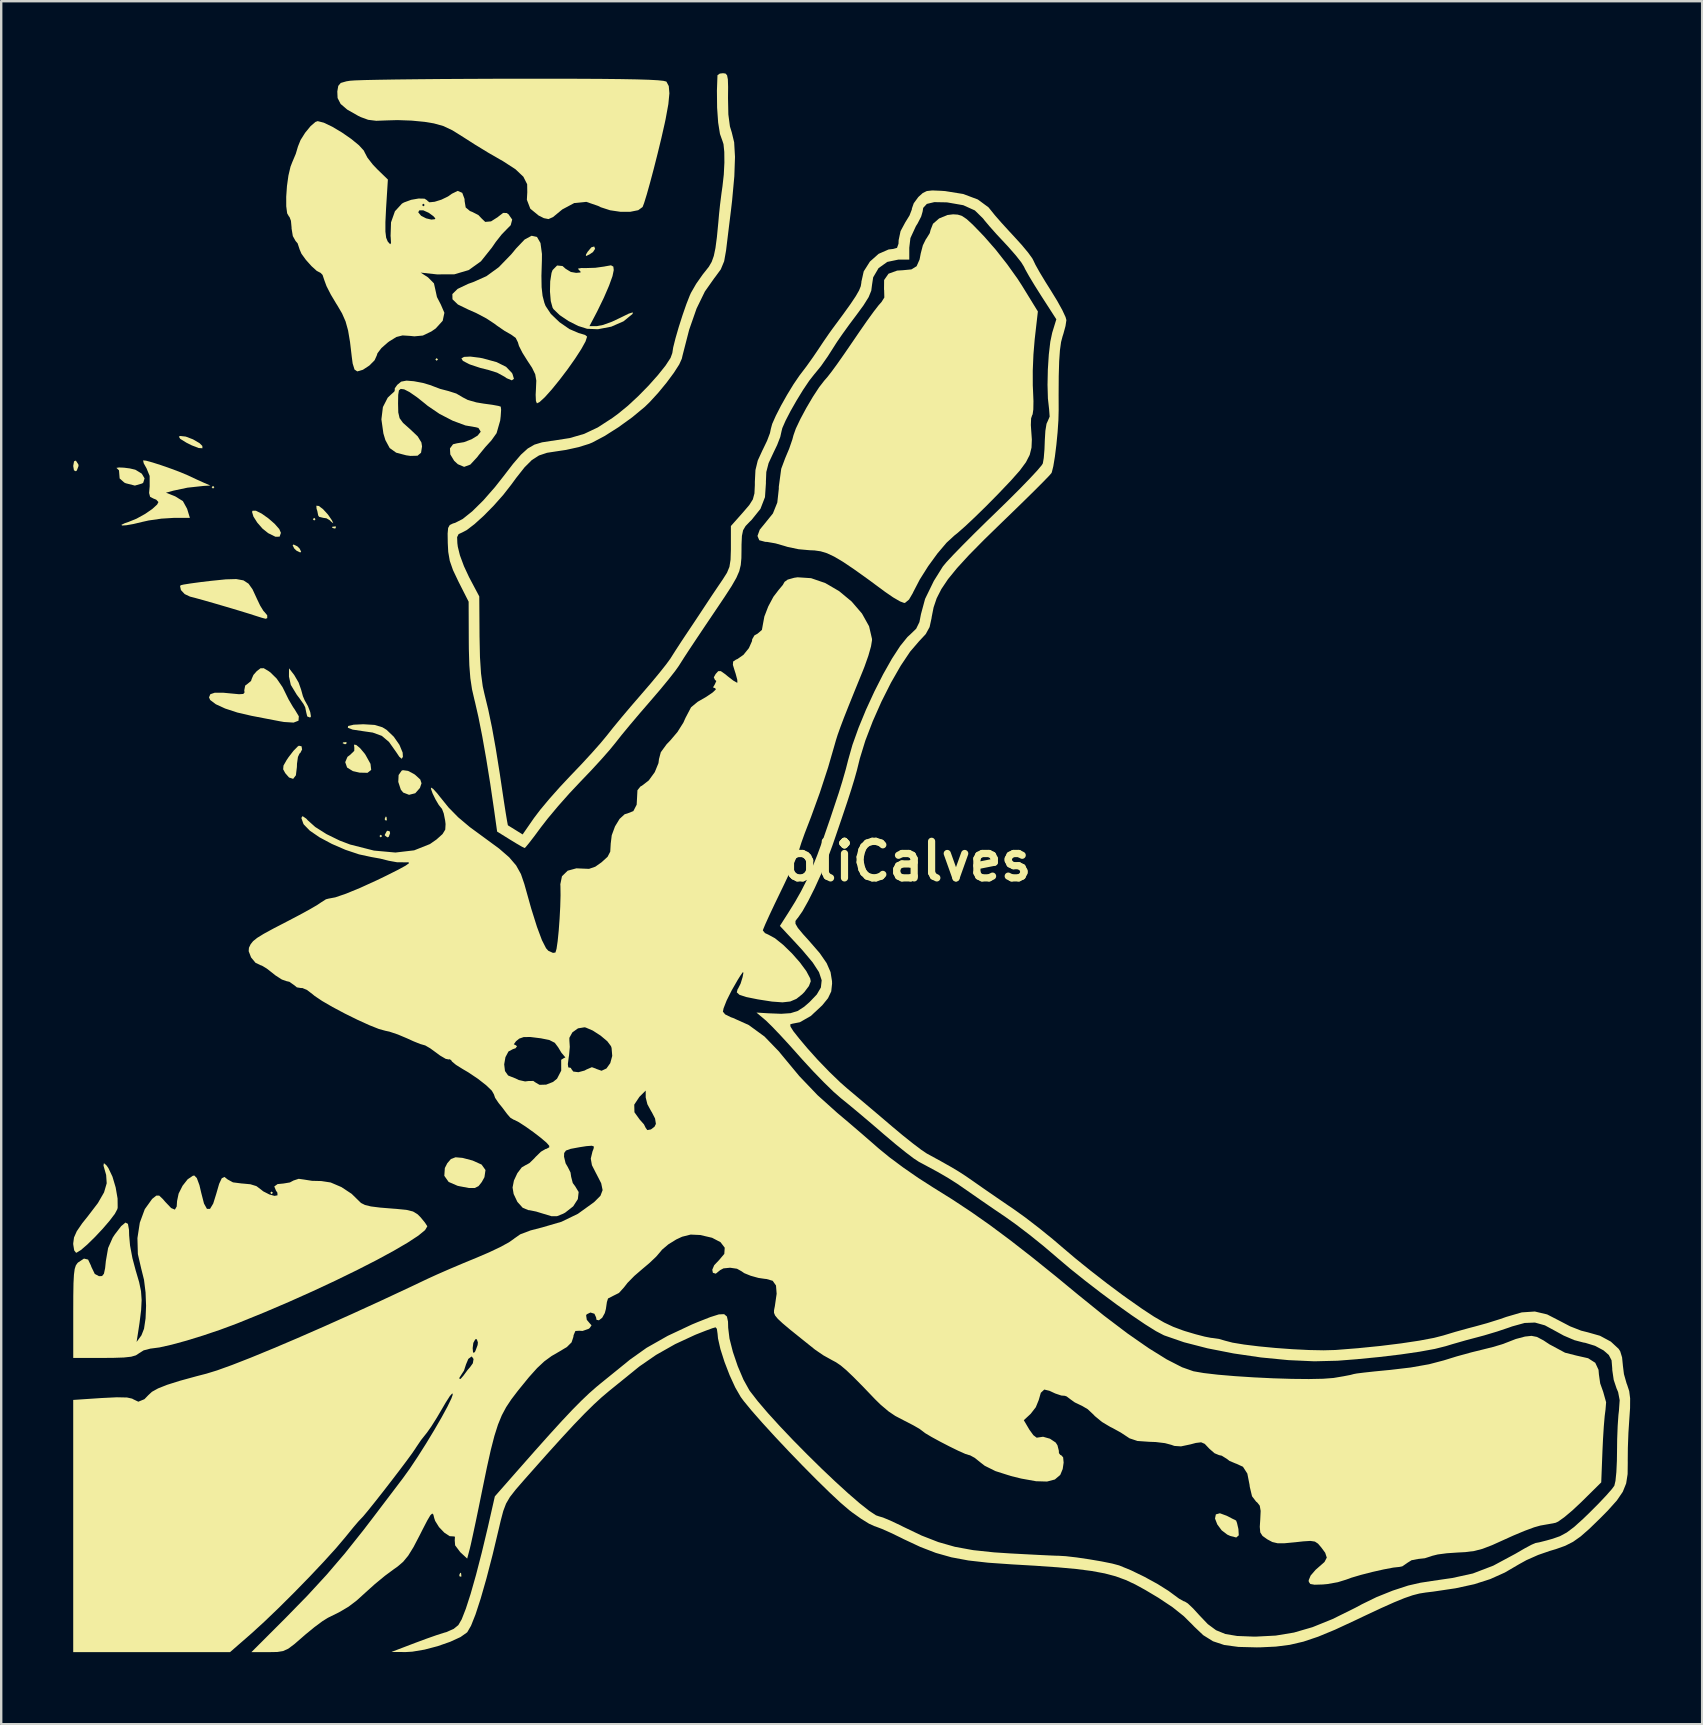
<source format=kicad_pcb>
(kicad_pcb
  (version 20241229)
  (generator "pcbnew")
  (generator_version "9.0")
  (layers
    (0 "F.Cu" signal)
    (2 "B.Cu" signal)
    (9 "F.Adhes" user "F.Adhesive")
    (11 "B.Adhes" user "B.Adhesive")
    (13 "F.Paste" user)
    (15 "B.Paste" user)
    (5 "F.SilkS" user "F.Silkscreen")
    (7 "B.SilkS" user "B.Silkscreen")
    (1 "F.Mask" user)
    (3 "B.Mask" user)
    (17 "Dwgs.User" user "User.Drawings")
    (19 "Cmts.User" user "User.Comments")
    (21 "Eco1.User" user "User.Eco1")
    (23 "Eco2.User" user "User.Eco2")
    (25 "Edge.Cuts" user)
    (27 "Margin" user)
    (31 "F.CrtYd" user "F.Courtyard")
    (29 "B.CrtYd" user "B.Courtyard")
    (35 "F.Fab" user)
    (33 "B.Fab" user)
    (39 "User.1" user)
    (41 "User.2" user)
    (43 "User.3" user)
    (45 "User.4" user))
  (footprint "noliCalves"
    (layer "F.Cu")
    (at 34.052 32.831)
    (property "Reference" "noliCalves" (at 0 0 0) (layer "F.SilkS") (effects (font (size 1.524 1.524) (thickness 0.3))))
    (attr board_only exclude_from_pos_files exclude_from_bom)
    (fp_poly (pts (xy -28.173 -15.584) (xy -28.228 -15.528) (xy -28.284 -15.584) (xy -28.228 -15.639)) (stroke (width 0) (type solid)) (fill yes) (layer "F.SilkS"))
    (fp_poly (pts (xy -25.733 13.809) (xy -25.788 13.865) (xy -25.844 13.809) (xy -25.788 13.754)) (stroke (width 0) (type solid)) (fill yes) (layer "F.SilkS"))
    (fp_poly (pts (xy -23.958 -14.253) (xy -24.014 -14.197) (xy -24.069 -14.253) (xy -24.014 -14.308)) (stroke (width 0) (type solid)) (fill yes) (layer "F.SilkS"))
    (fp_poly (pts (xy -21.185 -1.054) (xy -21.241 -0.998) (xy -21.296 -1.054) (xy -21.241 -1.109)) (stroke (width 0) (type solid)) (fill yes) (layer "F.SilkS"))
    (fp_poly (pts (xy -18.856 -20.908) (xy -18.911 -20.852) (xy -18.967 -20.908) (xy -18.911 -20.963)) (stroke (width 0) (type solid)) (fill yes) (layer "F.SilkS"))
    (fp_poly (pts (xy -23.108 -13.939) (xy -23.123 -13.873) (xy -23.182 -13.865) (xy -23.273 -13.905) (xy -23.256 -13.939) (xy -23.124 -13.952)) (stroke (width 0) (type solid)) (fill yes) (layer "F.SilkS"))
    (fp_poly (pts (xy -22.664 -4.954) (xy -22.679 -4.888) (xy -22.738 -4.88) (xy -22.829 -4.921) (xy -22.812 -4.954) (xy -22.68 -4.968)) (stroke (width 0) (type solid)) (fill yes) (layer "F.SilkS"))
    (fp_poly (pts (xy -21 -1.849) (xy -20.987 -1.717) (xy -21 -1.701) (xy -21.066 -1.716) (xy -21.074 -1.775) (xy -21.034 -1.866)) (stroke (width 0) (type solid)) (fill yes) (layer "F.SilkS"))
    (fp_poly (pts (xy -17.895 29.652) (xy -17.881 29.783) (xy -17.895 29.8) (xy -17.961 29.784) (xy -17.969 29.726) (xy -17.928 29.634)) (stroke (width 0) (type solid)) (fill yes) (layer "F.SilkS"))
    (fp_poly (pts (xy -33.837 -16.532) (xy -33.83 -16.471) (xy -33.9 -16.285) (xy -33.941 -16.249) (xy -34.022 -16.289) (xy -34.052 -16.471) (xy -34.017 -16.664) (xy -33.941 -16.693)) (stroke (width 0) (type solid)) (fill yes) (layer "F.SilkS"))
    (fp_poly (pts (xy -24.716 -13.123) (xy -24.624 -13.033) (xy -24.557 -12.899) (xy -24.596 -12.866) (xy -24.753 -12.943) (xy -24.845 -13.033) (xy -24.912 -13.167) (xy -24.873 -13.199)) (stroke (width 0) (type solid)) (fill yes) (layer "F.SilkS"))
    (fp_poly (pts (xy -20.868 -1.25) (xy -20.852 -1.171) (xy -20.91 -1.019) (xy -20.963 -0.998) (xy -21.071 -1.078) (xy -21.074 -1.103) (xy -20.994 -1.253) (xy -20.963 -1.276)) (stroke (width 0) (type solid)) (fill yes) (layer "F.SilkS"))
    (fp_poly (pts (xy -12.312 -25.515) (xy -12.398 -25.384) (xy -12.539 -25.286) (xy -12.695 -25.215) (xy -12.69 -25.281) (xy -12.623 -25.393) (xy -12.467 -25.579) (xy -12.348 -25.613)) (stroke (width 0) (type solid)) (fill yes) (layer "F.SilkS"))
    (fp_poly (pts (xy -29.364 -17.694) (xy -29.062 -17.579) (xy -28.791 -17.421) (xy -28.673 -17.304) (xy -28.67 -17.208) (xy -28.827 -17.218) (xy -29.115 -17.329) (xy -29.338 -17.441) (xy -29.594 -17.599) (xy -29.651 -17.692) (xy -29.595 -17.72)) (stroke (width 0) (type solid)) (fill yes) (layer "F.SilkS"))
    (fp_poly (pts (xy -26.204 -14.487) (xy -25.927 -14.291) (xy -25.663 -14.062) (xy -25.469 -13.843) (xy -25.4 -13.684) (xy -25.455 -13.524) (xy -25.631 -13.523) (xy -25.93 -13.671) (xy -26.167 -13.861) (xy -26.386 -14.112) (xy -26.545 -14.363) (xy -26.602 -14.554) (xy -26.582 -14.605) (xy -26.441 -14.605)) (stroke (width 0) (type solid)) (fill yes) (layer "F.SilkS"))
    (fp_poly (pts (xy -20.104 -3.768) (xy -19.838 -3.626) (xy -19.799 -3.596) (xy -19.594 -3.408) (xy -19.543 -3.252) (xy -19.609 -3.057) (xy -19.803 -2.837) (xy -20.062 -2.771) (xy -20.306 -2.865) (xy -20.405 -2.987) (xy -20.511 -3.309) (xy -20.497 -3.595) (xy -20.371 -3.777) (xy -20.319 -3.798)) (stroke (width 0) (type solid)) (fill yes) (layer "F.SilkS"))
    (fp_poly (pts (xy -23.822 -14.804) (xy -23.649 -14.675) (xy -23.447 -14.454) (xy -23.417 -14.414) (xy -23.273 -14.203) (xy -23.222 -14.092) (xy -23.227 -14.086) (xy -23.325 -14.164) (xy -23.348 -14.197) (xy -23.504 -14.291) (xy -23.632 -14.308) (xy -23.809 -14.352) (xy -23.847 -14.41) (xy -23.884 -14.596) (xy -23.915 -14.689) (xy -23.924 -14.815)) (stroke (width 0) (type solid)) (fill yes) (layer "F.SilkS"))
    (fp_poly (pts (xy -22.264 -4.849) (xy -22.104 -4.717) (xy -21.914 -4.491) (xy -21.878 -4.439) (xy -21.668 -4.061) (xy -21.639 -3.81) (xy -21.791 -3.688) (xy -22.123 -3.695) (xy -22.405 -3.759) (xy -22.643 -3.908) (xy -22.721 -4.131) (xy -22.628 -4.352) (xy -22.514 -4.438) (xy -22.345 -4.602) (xy -22.341 -4.732) (xy -22.356 -4.862)) (stroke (width 0) (type solid)) (fill yes) (layer "F.SilkS"))
    (fp_poly (pts (xy -31.937 -16.399) (xy -31.696 -16.368) (xy -31.483 -16.318) (xy -31.449 -16.306) (xy -31.195 -16.148) (xy -31.08 -15.953) (xy -31.134 -15.776) (xy -31.179 -15.741) (xy -31.483 -15.653) (xy -31.861 -15.749) (xy -31.924 -15.778) (xy -32.118 -15.95) (xy -32.13 -16.098) (xy -32.145 -16.287) (xy -32.205 -16.346) (xy -32.253 -16.391) (xy -32.143 -16.408)) (stroke (width 0) (type solid)) (fill yes) (layer "F.SilkS"))
    (fp_poly (pts (xy -17.836 12.353) (xy -17.414 12.464) (xy -17.04 12.632) (xy -16.878 12.859) (xy -16.921 13.157) (xy -17.032 13.359) (xy -17.166 13.528) (xy -17.324 13.608) (xy -17.565 13.608) (xy -17.949 13.536) (xy -18.041 13.516) (xy -18.412 13.356) (xy -18.593 13.101) (xy -18.571 12.776) (xy -18.47 12.577) (xy -18.318 12.401) (xy -18.125 12.328)) (stroke (width 0) (type solid)) (fill yes) (layer "F.SilkS"))
    (fp_poly (pts (xy -24.54 -4.792) (xy -24.518 -4.659) (xy -24.592 -4.516) (xy -24.624 -4.492) (xy -24.691 -4.348) (xy -24.73 -4.067) (xy -24.734 -3.931) (xy -24.776 -3.584) (xy -24.89 -3.436) (xy -25.062 -3.493) (xy -25.218 -3.672) (xy -25.306 -3.833) (xy -25.293 -3.989) (xy -25.164 -4.216) (xy -25.086 -4.332) (xy -24.88 -4.6) (xy -24.704 -4.781) (xy -24.651 -4.816)) (stroke (width 0) (type solid)) (fill yes) (layer "F.SilkS"))
    (fp_poly (pts (xy 14.001 27.262) (xy 14.014 27.269) (xy 14.252 27.392) (xy 14.384 27.457) (xy 14.39 27.46) (xy 14.428 27.562) (xy 14.483 27.798) (xy 14.487 27.821) (xy 14.502 28.076) (xy 14.397 28.167) (xy 14.148 28.103) (xy 14.022 28.046) (xy 13.79 27.869) (xy 13.607 27.623) (xy 13.512 27.377) (xy 13.547 27.204) (xy 13.547 27.204) (xy 13.715 27.157)) (stroke (width 0) (type solid)) (fill yes) (layer "F.SilkS"))
    (fp_poly (pts (xy -21.501 -5.683) (xy -21.173 -5.585) (xy -20.998 -5.478) (xy -20.701 -5.194) (xy -20.463 -4.854) (xy -20.329 -4.531) (xy -20.318 -4.356) (xy -20.368 -4.272) (xy -20.469 -4.358) (xy -20.601 -4.555) (xy -20.896 -4.972) (xy -21.195 -5.226) (xy -21.574 -5.364) (xy -21.989 -5.424) (xy -22.41 -5.487) (xy -22.613 -5.564) (xy -22.599 -5.638) (xy -22.369 -5.692) (xy -21.966 -5.711)) (stroke (width 0) (type solid)) (fill yes) (layer "F.SilkS"))
    (fp_poly (pts (xy -17.115 -20.978) (xy -16.995 -20.955) (xy -16.414 -20.796) (xy -16.02 -20.6) (xy -15.779 -20.348) (xy -15.754 -20.305) (xy -15.693 -20.1) (xy -15.782 -20.037) (xy -15.994 -20.125) (xy -16.085 -20.188) (xy -16.393 -20.356) (xy -16.739 -20.465) (xy -17.102 -20.557) (xy -17.499 -20.689) (xy -17.556 -20.711) (xy -17.818 -20.847) (xy -17.882 -20.951) (xy -17.771 -21.014) (xy -17.508 -21.027)) (stroke (width 0) (type solid)) (fill yes) (layer "F.SilkS"))
    (fp_poly (pts (xy -24.847 -7.764) (xy -24.662 -7.446) (xy -24.559 -7.154) (xy -24.484 -6.881) (xy -24.411 -6.71) (xy -24.273 -6.465) (xy -24.178 -6.215) (xy -24.149 -6.035) (xy -24.182 -5.99) (xy -24.3 -6.034) (xy -24.305 -6.045) (xy -24.342 -6.193) (xy -24.346 -6.211) (xy -24.386 -6.408) (xy -24.388 -6.418) (xy -24.46 -6.555) (xy -24.628 -6.794) (xy -24.734 -6.932) (xy -24.987 -7.349) (xy -25.065 -7.696) (xy -25.062 -8.041)) (stroke (width 0) (type solid)) (fill yes) (layer "F.SilkS"))
    (fp_poly (pts (xy -32.666 12.666) (xy -32.586 12.78) (xy -32.417 13.135) (xy -32.283 13.587) (xy -32.204 14.046) (xy -32.2 14.419) (xy -32.212 14.485) (xy -32.316 14.681) (xy -32.535 14.97) (xy -32.826 15.309) (xy -33.151 15.655) (xy -33.467 15.964) (xy -33.735 16.194) (xy -33.913 16.302) (xy -33.934 16.305) (xy -34.011 16.207) (xy -34.05 15.967) (xy -34.052 15.914) (xy -34.019 15.669) (xy -33.903 15.407) (xy -33.676 15.076) (xy -33.444 14.786) (xy -33.025 14.237) (xy -32.768 13.791) (xy -32.657 13.411) (xy -32.68 13.063) (xy -32.711 12.956) (xy -32.791 12.673) (xy -32.773 12.573)) (stroke (width 0) (type solid)) (fill yes) (layer "F.SilkS"))
    (fp_poly (pts (xy -26.96 -11.704) (xy -26.748 -11.566) (xy -26.581 -11.329) (xy -26.417 -10.975) (xy -26.413 -10.965) (xy -26.264 -10.653) (xy -26.128 -10.432) (xy -26.075 -10.376) (xy -25.971 -10.251) (xy -25.969 -10.131) (xy -26.038 -10.105) (xy -26.197 -10.147) (xy -26.398 -10.21) (xy -26.718 -10.313) (xy -27.159 -10.448) (xy -27.665 -10.599) (xy -28.18 -10.75) (xy -28.645 -10.883) (xy -29.005 -10.982) (xy -29.187 -11.028) (xy -29.409 -11.133) (xy -29.565 -11.301) (xy -29.6 -11.462) (xy -29.576 -11.501) (xy -29.454 -11.53) (xy -29.158 -11.577) (xy -28.735 -11.634) (xy -28.305 -11.685) (xy -27.695 -11.747) (xy -27.261 -11.759)) (stroke (width 0) (type solid)) (fill yes) (layer "F.SilkS"))
    (fp_poly (pts (xy -25.912 -7.924) (xy -25.836 -7.869) (xy -25.575 -7.611) (xy -25.332 -7.255) (xy -25.259 -7.109) (xy -25.082 -6.747) (xy -24.896 -6.429) (xy -24.83 -6.335) (xy -24.654 -6.043) (xy -24.667 -5.859) (xy -24.872 -5.78) (xy -25.272 -5.805) (xy -25.455 -5.837) (xy -25.663 -5.877) (xy -26.023 -5.946) (xy -26.467 -6.032) (xy -26.62 -6.061) (xy -27.214 -6.199) (xy -27.724 -6.366) (xy -28.113 -6.545) (xy -28.346 -6.721) (xy -28.395 -6.83) (xy -28.34 -6.962) (xy -28.154 -7.025) (xy -27.804 -7.024) (xy -27.496 -6.995) (xy -27.146 -6.962) (xy -26.967 -6.973) (xy -26.914 -7.037) (xy -26.927 -7.121) (xy -26.888 -7.322) (xy -26.799 -7.387) (xy -26.644 -7.515) (xy -26.62 -7.592) (xy -26.545 -7.765) (xy -26.404 -7.925) (xy -26.251 -8.042) (xy -26.116 -8.045)) (stroke (width 0) (type solid)) (fill yes) (layer "F.SilkS"))
    (fp_poly (pts (xy -31.02 -16.691) (xy -30.75 -16.617) (xy -30.384 -16.5) (xy -29.979 -16.358) (xy -29.589 -16.211) (xy -29.271 -16.077) (xy -29.227 -16.056) (xy -28.896 -15.901) (xy -28.617 -15.775) (xy -28.339 -15.654) (xy -28.617 -15.639) (xy -29.292 -15.566) (xy -29.874 -15.443) (xy -30.189 -15.356) (xy -29.805 -15.205) (xy -29.484 -15.007) (xy -29.31 -14.691) (xy -29.306 -14.681) (xy -29.192 -14.308) (xy -29.875 -14.307) (xy -30.377 -14.276) (xy -30.908 -14.2) (xy -31.168 -14.142) (xy -31.544 -14.052) (xy -31.836 -14.001) (xy -32.013 -13.989) (xy -32.046 -14.017) (xy -31.907 -14.085) (xy -31.747 -14.139) (xy -31.416 -14.274) (xy -31.068 -14.466) (xy -30.762 -14.675) (xy -30.556 -14.863) (xy -30.502 -14.967) (xy -30.594 -15.066) (xy -30.715 -15.115) (xy -30.849 -15.185) (xy -30.891 -15.345) (xy -30.867 -15.624) (xy -30.868 -16.056) (xy -30.996 -16.368) (xy -31.115 -16.581) (xy -31.141 -16.701) (xy -31.14 -16.702)) (stroke (width 0) (type solid)) (fill yes) (layer "F.SilkS"))
    (fp_poly (pts (xy -11.552 -24.775) (xy -11.535 -24.631) (xy -11.587 -24.379) (xy -11.731 -23.98) (xy -11.947 -23.479) (xy -12.218 -22.921) (xy -12.328 -22.71) (xy -12.548 -22.294) (xy -12.236 -22.295) (xy -11.977 -22.346) (xy -11.61 -22.479) (xy -11.258 -22.645) (xy -10.912 -22.815) (xy -10.741 -22.869) (xy -10.751 -22.804) (xy -10.751 -22.804) (xy -11.129 -22.495) (xy -11.638 -22.273) (xy -12.196 -22.166) (xy -12.645 -22.185) (xy -13.015 -22.302) (xy -13.422 -22.508) (xy -13.789 -22.756) (xy -14.042 -23) (xy -14.082 -23.062) (xy -14.159 -23.34) (xy -14.192 -23.739) (xy -14.182 -24.162) (xy -14.127 -24.512) (xy -14.083 -24.631) (xy -13.894 -24.821) (xy -13.669 -24.799) (xy -13.532 -24.679) (xy -13.321 -24.552) (xy -13.102 -24.514) (xy -12.916 -24.531) (xy -12.93 -24.59) (xy -12.977 -24.623) (xy -13.027 -24.691) (xy -12.884 -24.716) (xy -12.7 -24.714) (xy -12.303 -24.726) (xy -11.928 -24.778) (xy -11.896 -24.785) (xy -11.651 -24.829)) (stroke (width 0) (type solid)) (fill yes) (layer "F.SilkS"))
    (fp_poly (pts (xy -14.733 -26.011) (xy -14.587 -25.757) (xy -14.526 -25.303) (xy -14.528 -25.037) (xy -14.548 -24.392) (xy -14.54 -23.916) (xy -14.5 -23.558) (xy -14.425 -23.267) (xy -14.375 -23.136) (xy -14.153 -22.802) (xy -13.797 -22.461) (xy -13.384 -22.174) (xy -12.992 -22.005) (xy -12.95 -21.995) (xy -12.729 -21.928) (xy -12.645 -21.859) (xy -12.71 -21.659) (xy -12.887 -21.339) (xy -13.145 -20.94) (xy -13.455 -20.501) (xy -13.788 -20.062) (xy -14.114 -19.66) (xy -14.403 -19.337) (xy -14.626 -19.132) (xy -14.735 -19.078) (xy -14.777 -19.177) (xy -14.788 -19.434) (xy -14.776 -19.672) (xy -14.761 -20.023) (xy -14.806 -20.288) (xy -14.937 -20.559) (xy -15.128 -20.849) (xy -15.338 -21.184) (xy -15.483 -21.47) (xy -15.528 -21.623) (xy -15.62 -21.806) (xy -15.814 -21.945) (xy -16.08 -22.096) (xy -16.403 -22.318) (xy -16.507 -22.397) (xy -16.842 -22.617) (xy -17.274 -22.845) (xy -17.579 -22.978) (xy -18.027 -23.196) (xy -18.253 -23.414) (xy -18.258 -23.631) (xy -18.041 -23.845) (xy -17.603 -24.055) (xy -17.388 -24.131) (xy -16.839 -24.376) (xy -16.325 -24.75) (xy -15.803 -25.288) (xy -15.602 -25.532) (xy -15.249 -25.902) (xy -14.957 -26.06)) (stroke (width 0) (type solid)) (fill yes) (layer "F.SilkS"))
    (fp_poly (pts (xy -13.102 -32.6) (xy -12.082 -32.595) (xy -11.244 -32.586) (xy -10.577 -32.574) (xy -10.067 -32.558) (xy -9.701 -32.538) (xy -9.467 -32.514) (xy -9.352 -32.485) (xy -9.339 -32.477) (xy -9.243 -32.296) (xy -9.217 -31.994) (xy -9.26 -31.545) (xy -9.374 -30.921) (xy -9.416 -30.724) (xy -9.552 -30.124) (xy -9.707 -29.486) (xy -9.867 -28.854) (xy -10.022 -28.271) (xy -10.16 -27.779) (xy -10.27 -27.423) (xy -10.333 -27.258) (xy -10.515 -27.125) (xy -10.844 -27.059) (xy -11.256 -27.058) (xy -11.688 -27.122) (xy -12.077 -27.248) (xy -12.183 -27.302) (xy -12.678 -27.472) (xy -13.18 -27.423) (xy -13.678 -27.157) (xy -13.798 -27.058) (xy -14.065 -26.838) (xy -14.253 -26.755) (xy -14.446 -26.793) (xy -14.666 -26.904) (xy -15.011 -27.187) (xy -15.154 -27.559) (xy -15.137 -27.872) (xy -15.142 -28.206) (xy -15.3 -28.519) (xy -15.632 -28.833) (xy -16.156 -29.172) (xy -16.284 -29.244) (xy -16.761 -29.519) (xy -17.304 -29.85) (xy -17.798 -30.166) (xy -17.807 -30.172) (xy -18.259 -30.454) (xy -18.635 -30.631) (xy -19.029 -30.741) (xy -19.415 -30.805) (xy -19.957 -30.857) (xy -20.54 -30.878) (xy -20.972 -30.866) (xy -21.429 -30.849) (xy -21.765 -30.89) (xy -22.078 -31.005) (xy -22.18 -31.055) (xy -22.637 -31.315) (xy -22.912 -31.55) (xy -23.039 -31.798) (xy -23.051 -32.071) (xy -23.011 -32.303) (xy -22.907 -32.426) (xy -22.674 -32.493) (xy -22.516 -32.518) (xy -22.314 -32.532) (xy -21.911 -32.546) (xy -21.331 -32.558) (xy -20.595 -32.57) (xy -19.724 -32.58) (xy -18.741 -32.589) (xy -17.667 -32.595) (xy -16.525 -32.6) (xy -15.745 -32.601) (xy -14.319 -32.602)) (stroke (width 0) (type solid)) (fill yes) (layer "F.SilkS"))
    (fp_poly (pts (xy -19.861 -20) (xy -19.484 -19.929) (xy -19.154 -19.831) (xy -19.078 -19.799) (xy -18.766 -19.681) (xy -18.42 -19.591) (xy -18.094 -19.487) (xy -17.837 -19.337) (xy -17.833 -19.333) (xy -17.612 -19.218) (xy -17.256 -19.118) (xy -16.959 -19.068) (xy -16.598 -19.019) (xy -16.336 -18.971) (xy -16.242 -18.941) (xy -16.227 -18.812) (xy -16.245 -18.539) (xy -16.266 -18.359) (xy -16.416 -17.837) (xy -16.63 -17.537) (xy -16.885 -17.257) (xy -17.161 -16.92) (xy -17.228 -16.832) (xy -17.511 -16.527) (xy -17.768 -16.433) (xy -18.031 -16.544) (xy -18.182 -16.684) (xy -18.344 -16.952) (xy -18.358 -17.203) (xy -18.23 -17.374) (xy -18.068 -17.414) (xy -17.772 -17.462) (xy -17.459 -17.582) (xy -17.205 -17.736) (xy -17.083 -17.888) (xy -17.081 -17.907) (xy -17.172 -18.054) (xy -17.275 -18.082) (xy -17.714 -18.158) (xy -18.243 -18.355) (xy -18.792 -18.639) (xy -19.29 -18.978) (xy -19.386 -19.058) (xy -19.73 -19.332) (xy -20.041 -19.547) (xy -20.257 -19.658) (xy -20.27 -19.662) (xy -20.409 -19.681) (xy -20.484 -19.62) (xy -20.514 -19.432) (xy -20.52 -19.073) (xy -20.511 -18.7) (xy -20.456 -18.461) (xy -20.313 -18.265) (xy -20.042 -18.024) (xy -20.021 -18.006) (xy -19.702 -17.703) (xy -19.548 -17.451) (xy -19.521 -17.286) (xy -19.562 -17.022) (xy -19.709 -16.897) (xy -20.005 -16.889) (xy -20.181 -16.914) (xy -20.599 -17.024) (xy -20.869 -17.217) (xy -21.048 -17.548) (xy -21.131 -17.825) (xy -21.214 -18.413) (xy -21.151 -18.924) (xy -20.951 -19.315) (xy -20.831 -19.43) (xy -20.676 -19.569) (xy -20.655 -19.63) (xy -20.657 -19.63) (xy -20.658 -19.702) (xy -20.554 -19.849) (xy -20.391 -19.983) (xy -20.169 -20.025)) (stroke (width 0) (type solid)) (fill yes) (layer "F.SilkS"))
    (fp_poly (pts (xy 2.798 -26.94) (xy 2.973 -26.884) (xy 3.165 -26.756) (xy 3.414 -26.529) (xy 3.758 -26.175) (xy 3.922 -26.001) (xy 4.375 -25.482) (xy 4.854 -24.873) (xy 5.285 -24.27) (xy 5.474 -23.978) (xy 6.133 -22.906) (xy 6 -21.74) (xy 5.948 -21.116) (xy 5.92 -20.441) (xy 5.921 -19.827) (xy 5.931 -19.612) (xy 5.949 -19.173) (xy 5.943 -18.824) (xy 5.914 -18.619) (xy 5.897 -18.59) (xy 5.851 -18.454) (xy 5.84 -18.174) (xy 5.853 -17.978) (xy 5.882 -17.571) (xy 5.868 -17.235) (xy 5.793 -16.932) (xy 5.636 -16.626) (xy 5.38 -16.279) (xy 5.003 -15.854) (xy 4.488 -15.313) (xy 4.458 -15.282) (xy 3.984 -14.802) (xy 3.523 -14.351) (xy 3.113 -13.965) (xy 2.792 -13.682) (xy 2.662 -13.579) (xy 2.33 -13.274) (xy 1.95 -12.826) (xy 1.563 -12.295) (xy 1.213 -11.74) (xy 0.942 -11.219) (xy 0.923 -11.175) (xy 0.765 -10.905) (xy 0.601 -10.769) (xy 0.565 -10.763) (xy 0.392 -10.828) (xy 0.106 -10.994) (xy -0.233 -11.227) (xy -0.242 -11.234) (xy -0.962 -11.765) (xy -1.536 -12.175) (xy -1.99 -12.48) (xy -2.352 -12.694) (xy -2.652 -12.835) (xy -2.915 -12.915) (xy -3.172 -12.952) (xy -3.384 -12.961) (xy -3.837 -13.002) (xy -4.298 -13.099) (xy -4.423 -13.138) (xy -4.796 -13.245) (xy -5.14 -13.305) (xy -5.227 -13.31) (xy -5.473 -13.376) (xy -5.548 -13.555) (xy -5.453 -13.816) (xy -5.239 -14.078) (xy -4.905 -14.491) (xy -4.722 -14.946) (xy -4.659 -15.518) (xy -4.659 -15.606) (xy -4.558 -16.354) (xy -4.394 -16.793) (xy -4.226 -17.192) (xy -4.093 -17.579) (xy -4.049 -17.747) (xy -3.95 -18.027) (xy -3.759 -18.429) (xy -3.511 -18.891) (xy -3.239 -19.352) (xy -2.978 -19.751) (xy -2.769 -20.021) (xy -2.624 -20.188) (xy -2.449 -20.414) (xy -2.222 -20.725) (xy -1.924 -21.15) (xy -1.535 -21.717) (xy -1.285 -22.084) (xy -0.981 -22.521) (xy -0.707 -22.899) (xy -0.494 -23.174) (xy -0.383 -23.297) (xy -0.263 -23.488) (xy -0.271 -23.796) (xy -0.276 -23.823) (xy -0.272 -24.216) (xy -0.089 -24.479) (xy 0.271 -24.609) (xy 0.503 -24.624) (xy 0.864 -24.658) (xy 1.081 -24.791) (xy 1.205 -25.07) (xy 1.255 -25.331) (xy 1.342 -25.662) (xy 1.47 -25.921) (xy 1.493 -25.949) (xy 1.63 -26.17) (xy 1.664 -26.304) (xy 1.764 -26.56) (xy 2.019 -26.781) (xy 2.366 -26.924) (xy 2.603 -26.953)) (stroke (width 0) (type solid)) (fill yes) (layer "F.SilkS"))
    (fp_poly (pts (xy -28.903 13.194) (xy -28.794 13.489) (xy -28.718 13.813) (xy -28.604 14.256) (xy -28.481 14.477) (xy -28.353 14.477) (xy -28.22 14.256) (xy -28.098 13.866) (xy -27.973 13.435) (xy -27.864 13.202) (xy -27.753 13.147) (xy -27.624 13.247) (xy -27.622 13.25) (xy -27.397 13.373) (xy -27.022 13.421) (xy -27.003 13.421) (xy -26.672 13.452) (xy -26.424 13.528) (xy -26.378 13.56) (xy -26.131 13.75) (xy -25.879 13.878) (xy -25.668 13.936) (xy -25.542 13.913) (xy -25.547 13.801) (xy -25.605 13.718) (xy -25.676 13.544) (xy -25.539 13.445) (xy -25.293 13.421) (xy -25.025 13.376) (xy -24.876 13.296) (xy -24.66 13.225) (xy -24.438 13.256) (xy -24.103 13.309) (xy -23.729 13.318) (xy -23.719 13.318) (xy -23.327 13.378) (xy -22.878 13.57) (xy -22.454 13.85) (xy -22.183 14.115) (xy -22.064 14.231) (xy -21.9 14.315) (xy -21.649 14.376) (xy -21.267 14.424) (xy -20.713 14.469) (xy -20.598 14.477) (xy -20.171 14.519) (xy -19.896 14.587) (xy -19.702 14.706) (xy -19.575 14.835) (xy -19.398 15.052) (xy -19.306 15.195) (xy -19.303 15.208) (xy -19.396 15.363) (xy -19.675 15.592) (xy -20.117 15.882) (xy -20.704 16.225) (xy -21.413 16.61) (xy -22.225 17.025) (xy -23.118 17.461) (xy -24.073 17.907) (xy -25.069 18.353) (xy -26.085 18.787) (xy -27.1 19.2) (xy -27.23 19.252) (xy -27.923 19.51) (xy -28.636 19.751) (xy -29.326 19.964) (xy -29.948 20.134) (xy -30.457 20.249) (xy -30.808 20.295) (xy -30.826 20.296) (xy -31.118 20.371) (xy -31.309 20.492) (xy -31.442 20.579) (xy -31.639 20.636) (xy -31.943 20.669) (xy -32.397 20.684) (xy -32.788 20.686) (xy -34.051 20.686) (xy -34.051 18.79) (xy -34.049 18.09) (xy -34.041 17.578) (xy -34.022 17.221) (xy -33.991 16.984) (xy -33.943 16.833) (xy -33.875 16.736) (xy -33.849 16.71) (xy -33.603 16.548) (xy -33.432 16.59) (xy -33.311 16.845) (xy -33.299 16.887) (xy -33.154 17.187) (xy -32.979 17.281) (xy -32.851 17.276) (xy -32.773 17.18) (xy -32.723 16.947) (xy -32.692 16.648) (xy -32.598 16.108) (xy -32.407 15.675) (xy -32.316 15.537) (xy -32.052 15.194) (xy -31.876 15.048) (xy -31.773 15.101) (xy -31.728 15.354) (xy -31.722 15.582) (xy -31.685 16.001) (xy -31.586 16.529) (xy -31.443 17.067) (xy -31.434 17.094) (xy -31.305 17.533) (xy -31.228 17.905) (xy -31.202 18.271) (xy -31.223 18.694) (xy -31.291 19.236) (xy -31.351 19.632) (xy -31.412 20.021) (xy -31.21 19.745) (xy -31.102 19.47) (xy -31.038 19.04) (xy -31.017 18.515) (xy -31.038 17.959) (xy -31.103 17.432) (xy -31.211 16.997) (xy -31.215 16.984) (xy -31.359 16.359) (xy -31.377 15.695) (xy -31.278 15.052) (xy -31.071 14.49) (xy -30.767 14.067) (xy -30.743 14.045) (xy -30.587 13.923) (xy -30.47 13.924) (xy -30.318 14.068) (xy -30.219 14.184) (xy -29.972 14.443) (xy -29.817 14.508) (xy -29.741 14.378) (xy -29.726 14.15) (xy -29.661 13.841) (xy -29.498 13.516) (xy -29.285 13.245) (xy -29.067 13.098) (xy -29.007 13.088)) (stroke (width 0) (type solid)) (fill yes) (layer "F.SilkS"))
    (fp_poly (pts (xy -23.613 -30.77) (xy -23.259 -30.601) (xy -22.86 -30.363) (xy -22.472 -30.094) (xy -22.149 -29.83) (xy -21.946 -29.607) (xy -21.909 -29.529) (xy -21.795 -29.312) (xy -21.572 -29.026) (xy -21.395 -28.839) (xy -20.944 -28.402) (xy -21.019 -27.206) (xy -21.047 -26.631) (xy -21.047 -26.235) (xy -21.016 -25.979) (xy -20.951 -25.822) (xy -20.941 -25.809) (xy -20.848 -25.706) (xy -20.814 -25.756) (xy -20.826 -25.991) (xy -20.832 -26.051) (xy -20.813 -26.619) (xy -20.665 -27.038) (xy -19.68 -27.038) (xy -19.561 -26.894) (xy -19.556 -26.89) (xy -19.351 -26.785) (xy -19.131 -26.733) (xy -18.985 -26.75) (xy -18.967 -26.784) (xy -19.049 -26.876) (xy -19.239 -27.015) (xy -19.469 -27.119) (xy -19.633 -27.12) (xy -19.68 -27.038) (xy -20.665 -27.038) (xy -20.65 -27.081) (xy -20.411 -27.341) (xy -19.521 -27.341) (xy -19.466 -27.286) (xy -19.41 -27.341) (xy -19.466 -27.397) (xy -19.521 -27.341) (xy -20.411 -27.341) (xy -20.359 -27.398) (xy -20.274 -27.447) (xy -19.974 -27.557) (xy -19.665 -27.611) (xy -19.418 -27.605) (xy -19.301 -27.532) (xy -19.3 -27.517) (xy -19.213 -27.454) (xy -18.996 -27.476) (xy -18.715 -27.563) (xy -18.437 -27.698) (xy -18.278 -27.811) (xy -18.035 -27.929) (xy -17.846 -27.848) (xy -17.751 -27.593) (xy -17.747 -27.505) (xy -17.703 -27.239) (xy -17.526 -27.091) (xy -17.423 -27.05) (xy -17.173 -26.922) (xy -17.038 -26.779) (xy -16.889 -26.637) (xy -16.647 -26.659) (xy -16.365 -26.838) (xy -16.343 -26.858) (xy -16.142 -27.012) (xy -15.994 -27.007) (xy -15.92 -26.956) (xy -15.765 -26.734) (xy -15.827 -26.5) (xy -16.001 -26.323) (xy -16.201 -26.117) (xy -16.449 -25.803) (xy -16.612 -25.566) (xy -17.067 -24.996) (xy -17.578 -24.63) (xy -18.175 -24.454) (xy -18.894 -24.451) (xy -18.938 -24.455) (xy -19.577 -24.525) (xy -19.272 -24.327) (xy -19.025 -24.077) (xy -18.967 -23.817) (xy -18.9 -23.507) (xy -18.74 -23.198) (xy -18.74 -23.198) (xy -18.59 -22.851) (xy -18.661 -22.517) (xy -18.951 -22.198) (xy -19.133 -22.073) (xy -19.487 -21.903) (xy -19.841 -21.87) (xy -20.013 -21.888) (xy -20.334 -21.908) (xy -20.59 -21.843) (xy -20.885 -21.661) (xy -20.947 -21.615) (xy -21.212 -21.383) (xy -21.378 -21.165) (xy -21.407 -21.072) (xy -21.497 -20.874) (xy -21.714 -20.655) (xy -21.983 -20.478) (xy -22.218 -20.409) (xy -22.333 -20.486) (xy -22.411 -20.737) (xy -22.445 -20.991) (xy -22.521 -21.635) (xy -22.602 -22.116) (xy -22.707 -22.493) (xy -22.853 -22.825) (xy -23.056 -23.171) (xy -23.092 -23.226) (xy -23.32 -23.608) (xy -23.5 -23.96) (xy -23.591 -24.207) (xy -23.591 -24.208) (xy -23.665 -24.429) (xy -23.746 -24.513) (xy -23.905 -24.595) (xy -24.129 -24.798) (xy -24.361 -25.058) (xy -24.545 -25.312) (xy -24.623 -25.496) (xy -24.624 -25.501) (xy -24.704 -25.743) (xy -24.79 -25.844) (xy -24.904 -26.047) (xy -24.956 -26.364) (xy -24.956 -26.403) (xy -24.982 -26.683) (xy -25.044 -26.847) (xy -25.063 -26.86) (xy -25.14 -26.994) (xy -25.178 -27.288) (xy -25.179 -27.686) (xy -25.148 -28.132) (xy -25.087 -28.568) (xy -25 -28.938) (xy -24.928 -29.123) (xy -24.781 -29.471) (xy -24.689 -29.781) (xy -24.581 -30.049) (xy -24.39 -30.351) (xy -24.167 -30.623) (xy -23.962 -30.801) (xy -23.868 -30.835)) (stroke (width 0) (type solid)) (fill yes) (layer "F.SilkS"))
    (fp_poly (pts (xy -3.315 -11.796) (xy -2.725 -11.593) (xy -2.148 -11.257) (xy -1.625 -10.823) (xy -1.195 -10.323) (xy -0.899 -9.793) (xy -0.777 -9.266) (xy -0.776 -9.215) (xy -0.818 -8.955) (xy -0.929 -8.563) (xy -1.089 -8.111) (xy -1.15 -7.956) (xy -1.487 -7.129) (xy -1.75 -6.477) (xy -1.95 -5.972) (xy -2.097 -5.582) (xy -2.205 -5.28) (xy -2.282 -5.036) (xy -2.326 -4.88) (xy -2.606 -3.912) (xy -2.949 -2.863) (xy -3.315 -1.853) (xy -3.409 -1.609) (xy -3.582 -1.161) (xy -3.719 -0.778) (xy -3.802 -0.517) (xy -3.818 -0.444) (xy -3.87 -0.29) (xy -4.003 0.023) (xy -4.2 0.457) (xy -4.443 0.973) (xy -4.578 1.252) (xy -4.836 1.787) (xy -5.056 2.254) (xy -5.22 2.616) (xy -5.311 2.835) (xy -5.324 2.88) (xy -5.233 2.99) (xy -5.102 3.05) (xy -4.82 3.203) (xy -4.478 3.478) (xy -4.117 3.829) (xy -3.782 4.209) (xy -3.513 4.573) (xy -3.353 4.874) (xy -3.328 4.996) (xy -3.404 5.194) (xy -3.597 5.448) (xy -3.688 5.54) (xy -3.926 5.729) (xy -4.182 5.838) (xy -4.504 5.874) (xy -4.944 5.842) (xy -5.533 5.75) (xy -6.012 5.653) (xy -6.296 5.561) (xy -6.409 5.458) (xy -6.377 5.331) (xy -6.355 5.301) (xy -6.25 5.092) (xy -6.168 4.825) (xy -6.133 4.64) (xy -6.156 4.615) (xy -6.26 4.762) (xy -6.369 4.936) (xy -6.627 5.385) (xy -6.833 5.798) (xy -6.96 6.122) (xy -6.988 6.263) (xy -6.892 6.377) (xy -6.653 6.495) (xy -6.567 6.524) (xy -5.91 6.82) (xy -5.256 7.297) (xy -4.652 7.922) (xy -4.58 8.012) (xy -3.806 8.945) (xy -3.045 9.741) (xy -2.23 10.473) (xy -2.214 10.487) (xy -1.769 10.862) (xy -1.244 11.312) (xy -0.725 11.762) (xy -0.509 11.952) (xy -0.052 12.326) (xy 0.526 12.756) (xy 1.153 13.19) (xy 1.756 13.577) (xy 1.783 13.594) (xy 2.581 14.092) (xy 3.359 14.607) (xy 4.147 15.161) (xy 4.976 15.778) (xy 5.879 16.481) (xy 6.887 17.293) (xy 7.818 18.061) (xy 8.883 18.922) (xy 9.86 19.662) (xy 10.737 20.273) (xy 11.5 20.747) (xy 12.137 21.074) (xy 12.614 21.242) (xy 13.04 21.316) (xy 13.632 21.385) (xy 14.342 21.445) (xy 15.124 21.496) (xy 15.93 21.535) (xy 16.712 21.559) (xy 17.422 21.566) (xy 18.014 21.554) (xy 18.44 21.522) (xy 18.484 21.515) (xy 18.867 21.45) (xy 19.157 21.394) (xy 19.291 21.358) (xy 19.419 21.334) (xy 19.726 21.296) (xy 20.166 21.248) (xy 20.697 21.196) (xy 20.797 21.187) (xy 21.664 21.085) (xy 22.428 20.95) (xy 23.03 20.792) (xy 23.038 20.79) (xy 23.585 20.621) (xy 24.196 20.453) (xy 24.646 20.342) (xy 25.086 20.232) (xy 25.474 20.117) (xy 25.73 20.02) (xy 25.737 20.017) (xy 26.042 19.898) (xy 26.406 19.801) (xy 26.437 19.795) (xy 26.696 19.767) (xy 26.924 19.812) (xy 27.196 19.956) (xy 27.438 20.117) (xy 28.094 20.469) (xy 28.568 20.589) (xy 29.054 20.699) (xy 29.352 20.889) (xy 29.488 21.181) (xy 29.504 21.374) (xy 29.558 21.75) (xy 29.681 22.093) (xy 29.804 22.532) (xy 29.78 22.836) (xy 29.745 23.108) (xy 29.708 23.539) (xy 29.675 24.067) (xy 29.652 24.554) (xy 29.601 25.871) (xy 28.774 26.688) (xy 28.405 27.034) (xy 28.068 27.318) (xy 27.809 27.503) (xy 27.7 27.554) (xy 27.415 27.608) (xy 27.072 27.668) (xy 27.066 27.669) (xy 26.804 27.743) (xy 26.405 27.891) (xy 25.93 28.09) (xy 25.581 28.248) (xy 25.054 28.486) (xy 24.652 28.64) (xy 24.303 28.73) (xy 23.936 28.776) (xy 23.615 28.793) (xy 23.17 28.823) (xy 22.791 28.873) (xy 22.549 28.933) (xy 22.528 28.943) (xy 22.252 29.031) (xy 21.982 29.06) (xy 21.699 29.114) (xy 21.518 29.227) (xy 21.314 29.368) (xy 21.199 29.392) (xy 20.94 29.42) (xy 20.539 29.496) (xy 20.068 29.602) (xy 19.596 29.723) (xy 19.196 29.841) (xy 18.972 29.923) (xy 18.628 30.029) (xy 18.197 30.106) (xy 18.002 30.124) (xy 17.658 30.134) (xy 17.481 30.103) (xy 17.419 30.014) (xy 17.414 29.947) (xy 17.496 29.752) (xy 17.702 29.513) (xy 17.802 29.425) (xy 18.072 29.188) (xy 18.168 29.004) (xy 18.102 28.803) (xy 17.939 28.582) (xy 17.804 28.424) (xy 17.673 28.337) (xy 17.487 28.309) (xy 17.184 28.328) (xy 16.859 28.364) (xy 16.412 28.406) (xy 16.115 28.406) (xy 15.899 28.355) (xy 15.695 28.246) (xy 15.687 28.241) (xy 15.491 28.101) (xy 15.397 27.954) (xy 15.377 27.723) (xy 15.396 27.426) (xy 15.413 27.06) (xy 15.376 26.842) (xy 15.268 26.705) (xy 15.224 26.672) (xy 15.054 26.449) (xy 14.96 26.055) (xy 14.95 25.968) (xy 14.858 25.503) (xy 14.676 25.22) (xy 14.387 25.088) (xy 14.375 25.086) (xy 14.116 24.977) (xy 14.006 24.892) (xy 13.792 24.759) (xy 13.676 24.734) (xy 13.49 24.656) (xy 13.271 24.464) (xy 13.249 24.44) (xy 13.084 24.266) (xy 12.934 24.201) (xy 12.713 24.228) (xy 12.483 24.289) (xy 12.096 24.371) (xy 11.818 24.352) (xy 11.692 24.307) (xy 11.426 24.236) (xy 11.041 24.19) (xy 10.769 24.18) (xy 10.281 24.146) (xy 9.95 24.035) (xy 9.859 23.974) (xy 9.585 23.794) (xy 9.236 23.602) (xy 9.151 23.561) (xy 8.804 23.355) (xy 8.503 23.106) (xy 8.453 23.051) (xy 8.209 22.822) (xy 7.965 22.679) (xy 7.953 22.675) (xy 7.669 22.539) (xy 7.503 22.42) (xy 7.332 22.291) (xy 7.255 22.264) (xy 7.11 22.253) (xy 6.857 22.168) (xy 6.614 22.055) (xy 6.4 22.004) (xy 6.256 22.138) (xy 6.168 22.443) (xy 6.046 22.741) (xy 5.831 23.018) (xy 5.829 23.019) (xy 5.547 23.281) (xy 5.779 23.675) (xy 5.945 23.905) (xy 6.082 24.009) (xy 6.114 24.005) (xy 6.349 23.97) (xy 6.637 24.052) (xy 6.875 24.211) (xy 6.949 24.326) (xy 7.006 24.551) (xy 7.01 24.651) (xy 7.071 24.732) (xy 7.099 24.734) (xy 7.185 24.826) (xy 7.206 25.047) (xy 7.167 25.314) (xy 7.071 25.546) (xy 7.059 25.564) (xy 6.841 25.75) (xy 6.515 25.836) (xy 6.057 25.823) (xy 5.439 25.712) (xy 5.01 25.606) (xy 4.366 25.401) (xy 3.917 25.178) (xy 3.75 25.048) (xy 3.504 24.85) (xy 3.304 24.741) (xy 3.265 24.734) (xy 3.11 24.685) (xy 2.819 24.555) (xy 2.45 24.374) (xy 2.059 24.172) (xy 1.703 23.978) (xy 1.441 23.822) (xy 1.331 23.738) (xy 1.203 23.642) (xy 0.962 23.503) (xy 0.915 23.478) (xy 0.547 23.288) (xy 0.194 23.104) (xy -0.082 22.918) (xy -0.416 22.636) (xy -0.646 22.411) (xy -1.159 21.875) (xy -1.551 21.479) (xy -1.849 21.195) (xy -2.082 20.999) (xy -2.278 20.866) (xy -2.438 20.781) (xy -2.805 20.577) (xy -3.152 20.339) (xy -3.161 20.332) (xy -3.751 19.859) (xy -4.191 19.505) (xy -4.5 19.245) (xy -4.7 19.058) (xy -4.813 18.92) (xy -4.859 18.808) (xy -4.858 18.701) (xy -4.833 18.575) (xy -4.824 18.532) (xy -4.749 18.013) (xy -4.776 17.669) (xy -4.915 17.473) (xy -5.175 17.398) (xy -5.224 17.395) (xy -5.507 17.354) (xy -5.83 17.264) (xy -6.099 17.155) (xy -6.211 17.077) (xy -6.401 16.971) (xy -6.688 16.929) (xy -6.964 16.956) (xy -7.103 17.03) (xy -7.284 17.177) (xy -7.405 17.14) (xy -7.431 17.014) (xy -7.35 16.824) (xy -7.155 16.618) (xy -7.154 16.618) (xy -6.93 16.353) (xy -6.912 16.095) (xy -7.087 15.865) (xy -7.439 15.681) (xy -7.933 15.566) (xy -8.332 15.548) (xy -8.688 15.638) (xy -8.93 15.751) (xy -9.26 15.955) (xy -9.522 16.177) (xy -9.594 16.265) (xy -9.77 16.47) (xy -10.058 16.742) (xy -10.342 16.981) (xy -10.677 17.27) (xy -10.962 17.56) (xy -11.11 17.75) (xy -11.318 17.98) (xy -11.554 18.098) (xy -11.556 18.099) (xy -11.773 18.21) (xy -11.82 18.357) (xy -11.863 18.65) (xy -11.908 18.818) (xy -12.018 19.015) (xy -12.154 19.119) (xy -12.254 19.098) (xy -12.27 18.999) (xy -12.34 18.846) (xy -12.506 18.795) (xy -12.66 18.868) (xy -12.686 18.914) (xy -12.658 19.098) (xy -12.572 19.202) (xy -12.461 19.33) (xy -12.538 19.441) (xy -12.584 19.476) (xy -12.835 19.563) (xy -12.974 19.554) (xy -13.133 19.564) (xy -13.207 19.736) (xy -13.218 19.814) (xy -13.292 20.038) (xy -13.485 20.23) (xy -13.778 20.407) (xy -14.124 20.607) (xy -14.426 20.828) (xy -14.727 21.109) (xy -15.068 21.489) (xy -15.49 22.007) (xy -15.542 22.072) (xy -15.803 22.415) (xy -16.018 22.739) (xy -16.199 23.078) (xy -16.357 23.464) (xy -16.506 23.932) (xy -16.656 24.515) (xy -16.819 25.246) (xy -17.007 26.159) (xy -17.028 26.262) (xy -17.163 26.926) (xy -17.291 27.542) (xy -17.403 28.065) (xy -17.488 28.452) (xy -17.532 28.637) (xy -17.64 29.045) (xy -17.929 28.778) (xy -18.143 28.493) (xy -18.159 28.286) (xy -18.15 28.134) (xy -18.198 28.122) (xy -18.368 28.112) (xy -18.593 27.965) (xy -18.814 27.734) (xy -18.975 27.475) (xy -19.014 27.357) (xy -19.049 27.213) (xy -19.096 27.167) (xy -19.174 27.24) (xy -19.302 27.456) (xy -19.5 27.838) (xy -19.613 28.062) (xy -19.878 28.569) (xy -20.097 28.924) (xy -20.309 29.18) (xy -20.553 29.388) (xy -20.692 29.485) (xy -21.064 29.76) (xy -21.492 30.113) (xy -21.851 30.436) (xy -22.239 30.788) (xy -22.584 31.05) (xy -22.972 31.279) (xy -23.443 31.512) (xy -23.673 31.655) (xy -24.005 31.902) (xy -24.377 32.207) (xy -24.486 32.302) (xy -24.839 32.609) (xy -25.092 32.798) (xy -25.307 32.897) (xy -25.55 32.936) (xy -25.885 32.942) (xy -25.92 32.942) (xy -26.629 32.942) (xy -25.21 31.524) (xy -24.298 30.59) (xy -23.496 29.719) (xy -22.742 28.838) (xy -21.973 27.873) (xy -21.565 27.341) (xy -21.196 26.854) (xy -20.815 26.353) (xy -20.479 25.91) (xy -20.319 25.699) (xy -20.029 25.296) (xy -19.699 24.8) (xy -19.352 24.253) (xy -19.015 23.696) (xy -18.71 23.17) (xy -18.463 22.716) (xy -18.298 22.374) (xy -18.243 22.219) (xy -18.259 22.159) (xy -18.363 22.277) (xy -18.541 22.555) (xy -18.66 22.76) (xy -18.905 23.177) (xy -19.137 23.545) (xy -19.316 23.799) (xy -19.356 23.849) (xy -19.561 24.107) (xy -19.775 24.423) (xy -19.795 24.456) (xy -19.93 24.654) (xy -20.163 24.973) (xy -20.464 25.373) (xy -20.805 25.818) (xy -21.155 26.27) (xy -21.487 26.691) (xy -21.771 27.045) (xy -21.978 27.293) (xy -22.077 27.397) (xy -22.178 27.504) (xy -22.379 27.74) (xy -22.64 28.06) (xy -22.718 28.156) (xy -23.103 28.611) (xy -23.613 29.173) (xy -24.206 29.802) (xy -24.843 30.455) (xy -25.483 31.092) (xy -26.086 31.67) (xy -26.611 32.15) (xy -26.661 32.194) (xy -27.519 32.942) (xy -34.052 32.942) (xy -34.052 22.436) (xy -32.873 22.357) (xy -32.235 22.326) (xy -31.81 22.335) (xy -31.593 22.383) (xy -31.575 22.397) (xy -31.34 22.51) (xy -31.085 22.405) (xy -30.928 22.242) (xy -30.772 22.097) (xy -30.517 21.956) (xy -30.139 21.806) (xy -29.609 21.639) (xy -29.281 21.549) (xy -17.969 21.549) (xy -17.917 21.563) (xy -17.793 21.421) (xy -17.781 21.404) (xy -17.624 21.19) (xy -17.523 21.074) (xy -17.405 20.91) (xy -17.375 20.731) (xy -17.445 20.632) (xy -17.464 20.631) (xy -17.593 20.727) (xy -17.69 20.958) (xy -17.691 20.962) (xy -17.774 21.217) (xy -17.866 21.357) (xy -17.965 21.514) (xy -17.969 21.549) (xy -29.281 21.549) (xy -28.902 21.445) (xy -28.506 21.343) (xy -28.06 21.206) (xy -27.436 20.981) (xy -26.658 20.677) (xy -25.748 20.302) (xy -25.687 20.277) (xy -17.412 20.277) (xy -17.396 20.467) (xy -17.337 20.457) (xy -17.303 20.409) (xy -17.206 20.15) (xy -17.194 20.042) (xy -17.24 19.907) (xy -17.303 19.91) (xy -17.385 20.061) (xy -17.412 20.277) (xy -25.687 20.277) (xy -24.726 19.868) (xy -23.615 19.382) (xy -22.438 18.855) (xy -21.216 18.296) (xy -19.971 17.714) (xy -19.3 17.395) (xy -18.904 17.214) (xy -18.374 16.982) (xy -17.782 16.731) (xy -17.252 16.513) (xy -16.727 16.288) (xy -16.26 16.066) (xy -15.9 15.87) (xy -15.695 15.726) (xy -15.688 15.718) (xy -15.431 15.538) (xy -15 15.375) (xy -14.518 15.25) (xy -13.714 15.015) (xy -13.03 14.684) (xy -12.373 14.211) (xy -12.331 14.175) (xy -12.089 13.931) (xy -11.999 13.696) (xy -12.058 13.41) (xy -12.261 13.014) (xy -12.267 13.005) (xy -12.444 12.657) (xy -12.492 12.383) (xy -12.421 12.086) (xy -12.376 11.973) (xy -12.361 11.881) (xy -12.447 11.847) (xy -12.675 11.864) (xy -12.964 11.909) (xy -13.33 11.977) (xy -13.525 12.047) (xy -13.6 12.15) (xy -13.606 12.304) (xy -13.54 12.58) (xy -13.449 12.736) (xy -13.336 12.961) (xy -13.31 13.138) (xy -13.242 13.401) (xy -13.144 13.532) (xy -12.997 13.775) (xy -13.03 14.069) (xy -13.224 14.371) (xy -13.56 14.635) (xy -13.648 14.682) (xy -13.895 14.781) (xy -14.12 14.784) (xy -14.434 14.691) (xy -14.437 14.69) (xy -14.767 14.589) (xy -15.037 14.534) (xy -15.091 14.53) (xy -15.328 14.432) (xy -15.55 14.185) (xy -15.705 13.858) (xy -15.75 13.587) (xy -15.693 13.295) (xy -15.55 12.99) (xy -15.367 12.749) (xy -15.188 12.645) (xy -15.18 12.645) (xy -15.044 12.567) (xy -14.844 12.373) (xy -14.79 12.312) (xy -14.57 12.097) (xy -14.377 11.984) (xy -14.345 11.979) (xy -14.222 11.913) (xy -14.222 11.85) (xy -14.33 11.725) (xy -14.568 11.522) (xy -14.878 11.283) (xy -15.204 11.051) (xy -15.489 10.866) (xy -15.676 10.771) (xy -15.698 10.766) (xy -15.843 10.679) (xy -15.975 10.527) (xy -16.182 10.251) (xy -16.277 10.135) (xy -10.681 10.135) (xy -10.673 10.453) (xy -10.454 10.757) (xy -10.277 10.956) (xy -10.204 11.104) (xy -10.136 11.195) (xy -9.987 11.168) (xy -9.839 11.057) (xy -9.779 10.938) (xy -9.814 10.713) (xy -9.954 10.441) (xy -9.972 10.417) (xy -10.133 10.121) (xy -10.204 9.836) (xy -10.204 9.826) (xy -10.204 9.549) (xy -10.467 9.812) (xy -10.681 10.135) (xy -16.277 10.135) (xy -16.333 10.066) (xy -16.478 9.85) (xy -16.527 9.707) (xy -16.616 9.552) (xy -16.853 9.324) (xy -17.194 9.058) (xy -17.595 8.789) (xy -17.83 8.651) (xy -18.104 8.48) (xy -18.134 8.456) (xy -16.099 8.456) (xy -16.066 8.735) (xy -15.937 8.919) (xy -15.889 8.94) (xy -15.621 9.046) (xy -15.494 9.109) (xy -15.228 9.169) (xy -15.087 9.151) (xy -14.885 9.148) (xy -14.81 9.202) (xy -14.628 9.31) (xy -14.351 9.302) (xy -14.064 9.19) (xy -13.897 9.054) (xy -13.723 8.718) (xy -13.724 8.499) (xy -13.724 8.447) (xy -13.447 8.447) (xy -13.429 8.584) (xy -13.406 8.587) (xy -13.315 8.606) (xy -13.31 8.637) (xy -13.221 8.757) (xy -13.008 8.784) (xy -12.75 8.715) (xy -12.672 8.672) (xy -12.446 8.575) (xy -12.274 8.637) (xy -12.263 8.646) (xy -12.043 8.724) (xy -11.838 8.628) (xy -11.68 8.406) (xy -11.598 8.106) (xy -11.625 7.775) (xy -11.649 7.701) (xy -11.804 7.494) (xy -12.084 7.259) (xy -12.409 7.049) (xy -12.701 6.924) (xy -12.754 6.913) (xy -13.024 6.957) (xy -13.259 7.125) (xy -13.384 7.352) (xy -13.383 7.468) (xy -13.366 7.729) (xy -13.397 8.08) (xy -13.413 8.177) (xy -13.447 8.447) (xy -13.724 8.447) (xy -13.725 8.267) (xy -13.628 8.206) (xy -13.548 8.167) (xy -13.588 8.123) (xy -13.716 7.971) (xy -13.849 7.749) (xy -13.991 7.559) (xy -14.217 7.444) (xy -14.57 7.372) (xy -15.004 7.318) (xy -15.285 7.32) (xy -15.475 7.386) (xy -15.608 7.496) (xy -15.699 7.622) (xy -15.629 7.653) (xy -15.564 7.701) (xy -15.626 7.787) (xy -15.732 7.821) (xy -15.921 7.921) (xy -16.047 8.158) (xy -16.099 8.456) (xy -18.134 8.456) (xy -18.274 8.339) (xy -18.301 8.292) (xy -18.369 8.241) (xy -18.399 8.255) (xy -18.535 8.228) (xy -18.772 8.089) (xy -18.913 7.984) (xy -19.181 7.789) (xy -19.386 7.67) (xy -19.443 7.653) (xy -19.598 7.609) (xy -19.882 7.494) (xy -20.145 7.374) (xy -20.527 7.213) (xy -20.877 7.095) (xy -21.046 7.059) (xy -21.315 6.985) (xy -21.722 6.823) (xy -22.214 6.599) (xy -22.74 6.339) (xy -23.248 6.069) (xy -23.684 5.816) (xy -23.997 5.606) (xy -24.073 5.542) (xy -24.316 5.356) (xy -24.513 5.275) (xy -24.556 5.279) (xy -24.736 5.25) (xy -24.841 5.163) (xy -25.047 5.018) (xy -25.168 4.991) (xy -25.361 4.923) (xy -25.628 4.751) (xy -25.737 4.663) (xy -25.993 4.464) (xy -26.191 4.345) (xy -26.24 4.33) (xy -26.455 4.229) (xy -26.643 4.003) (xy -26.743 3.743) (xy -26.732 3.601) (xy -26.663 3.456) (xy -26.56 3.326) (xy -26.389 3.188) (xy -26.117 3.02) (xy -25.713 2.8) (xy -25.144 2.505) (xy -25.113 2.489) (xy -24.629 2.235) (xy -24.206 2.004) (xy -23.89 1.82) (xy -23.728 1.711) (xy -23.524 1.581) (xy -23.416 1.553) (xy -23.134 1.5) (xy -22.687 1.347) (xy -22.101 1.106) (xy -21.402 0.787) (xy -21.019 0.602) (xy -20.519 0.351) (xy -20.206 0.18) (xy -20.066 0.08) (xy -20.082 0.039) (xy -20.186 0.041) (xy -20.563 0.038) (xy -20.907 -0.024) (xy -21.265 -0.114) (xy -21.629 -0.179) (xy -22.147 -0.291) (xy -22.714 -0.481) (xy -23.278 -0.726) (xy -23.789 -0.999) (xy -24.194 -1.276) (xy -24.444 -1.532) (xy -24.467 -1.572) (xy -24.549 -1.807) (xy -24.498 -1.884) (xy -24.344 -1.779) (xy -24.288 -1.716) (xy -23.97 -1.431) (xy -23.501 -1.134) (xy -22.95 -0.864) (xy -22.516 -0.7) (xy -21.523 -0.448) (xy -20.63 -0.367) (xy -19.849 -0.458) (xy -19.193 -0.719) (xy -18.92 -0.909) (xy -18.667 -1.136) (xy -18.554 -1.322) (xy -18.541 -1.552) (xy -18.558 -1.698) (xy -18.617 -1.994) (xy -18.689 -2.184) (xy -18.709 -2.207) (xy -18.822 -2.346) (xy -18.96 -2.58) (xy -19.083 -2.832) (xy -19.15 -3.022) (xy -19.148 -3.073) (xy -19.061 -3.021) (xy -18.892 -2.836) (xy -18.784 -2.699) (xy -18.413 -2.24) (xy -18.014 -1.834) (xy -17.532 -1.428) (xy -16.911 -0.973) (xy -16.885 -0.954) (xy -16.308 -0.53) (xy -15.892 -0.169) (xy -15.601 0.171) (xy -15.401 0.53) (xy -15.257 0.952) (xy -15.25 0.978) (xy -14.974 1.963) (xy -14.733 2.73) (xy -14.527 3.282) (xy -14.355 3.62) (xy -14.261 3.725) (xy -14.066 3.814) (xy -13.964 3.798) (xy -13.919 3.648) (xy -13.872 3.329) (xy -13.828 2.893) (xy -13.791 2.393) (xy -13.764 1.882) (xy -13.751 1.412) (xy -13.756 1.036) (xy -13.761 0.957) (xy -13.692 0.622) (xy -13.455 0.39) (xy -13.091 0.291) (xy -12.886 0.3) (xy -12.564 0.313) (xy -12.303 0.223) (xy -12.045 0.041) (xy -11.792 -0.189) (xy -11.681 -0.403) (xy -11.663 -0.699) (xy -11.663 -0.724) (xy -11.619 -1.085) (xy -11.483 -1.454) (xy -11.292 -1.768) (xy -11.08 -1.962) (xy -10.967 -1.995) (xy -10.718 -2.093) (xy -10.58 -2.36) (xy -10.563 -2.675) (xy -10.548 -2.962) (xy -10.422 -3.119) (xy -10.36 -3.151) (xy -10.076 -3.371) (xy -9.826 -3.716) (xy -9.672 -4.091) (xy -9.65 -4.262) (xy -9.574 -4.547) (xy -9.332 -4.878) (xy -9.183 -5.032) (xy -8.883 -5.385) (xy -8.635 -5.778) (xy -8.545 -5.979) (xy -8.315 -6.416) (xy -8.041 -6.645) (xy -7.685 -6.85) (xy -7.421 -7.029) (xy -7.283 -7.158) (xy -7.305 -7.21) (xy -7.309 -7.21) (xy -7.4 -7.246) (xy -7.329 -7.365) (xy -7.262 -7.513) (xy -7.32 -7.561) (xy -7.367 -7.666) (xy -7.29 -7.804) (xy -7.184 -7.922) (xy -7.073 -7.923) (xy -6.89 -7.795) (xy -6.783 -7.706) (xy -6.554 -7.529) (xy -6.406 -7.445) (xy -6.383 -7.445) (xy -6.39 -7.566) (xy -6.457 -7.816) (xy -6.488 -7.91) (xy -6.572 -8.184) (xy -6.561 -8.324) (xy -6.442 -8.404) (xy -6.386 -8.426) (xy -6.131 -8.603) (xy -5.905 -8.883) (xy -5.776 -9.174) (xy -5.768 -9.25) (xy -5.675 -9.412) (xy -5.546 -9.483) (xy -5.363 -9.64) (xy -5.324 -9.858) (xy -5.261 -10.198) (xy -5.1 -10.616) (xy -4.884 -11.021) (xy -4.667 -11.305) (xy -4.494 -11.511) (xy -4.419 -11.643) (xy -4.291 -11.736) (xy -4.02 -11.812) (xy -3.878 -11.833)) (stroke (width 0) (type solid)) (fill yes) (layer "F.SilkS"))
    (fp_poly (pts (xy -6.879 -32.817) (xy -6.814 -32.744) (xy -6.781 -32.573) (xy -6.771 -32.26) (xy -6.775 -31.803) (xy -6.761 -31.114) (xy -6.695 -30.613) (xy -6.618 -30.364) (xy -6.519 -29.953) (xy -6.484 -29.346) (xy -6.512 -28.537) (xy -6.605 -27.523) (xy -6.652 -27.119) (xy -6.72 -26.567) (xy -6.789 -26.003) (xy -6.846 -25.531) (xy -6.856 -25.447) (xy -6.936 -24.998) (xy -7.076 -24.66) (xy -7.324 -24.322) (xy -7.344 -24.298) (xy -7.739 -23.738) (xy -8.085 -23.028) (xy -8.393 -22.146) (xy -8.67 -21.069) (xy -8.699 -20.94) (xy -8.807 -20.699) (xy -9.032 -20.349) (xy -9.336 -19.939) (xy -9.682 -19.519) (xy -10.03 -19.138) (xy -10.244 -18.93) (xy -10.763 -18.5) (xy -11.343 -18.081) (xy -11.919 -17.716) (xy -12.425 -17.448) (xy -12.561 -17.391) (xy -12.998 -17.255) (xy -13.523 -17.139) (xy -13.897 -17.083) (xy -14.315 -17.019) (xy -14.65 -16.907) (xy -14.948 -16.716) (xy -15.251 -16.413) (xy -15.604 -15.966) (xy -15.802 -15.695) (xy -16.139 -15.264) (xy -16.534 -14.819) (xy -16.947 -14.399) (xy -17.337 -14.046) (xy -17.663 -13.797) (xy -17.845 -13.702) (xy -17.998 -13.631) (xy -18.06 -13.505) (xy -18.05 -13.255) (xy -18.031 -13.105) (xy -17.943 -12.748) (xy -17.775 -12.295) (xy -17.563 -11.84) (xy -17.549 -11.813) (xy -17.137 -11.036) (xy -17.126 -9.372) (xy -17.108 -8.509) (xy -17.064 -7.827) (xy -16.992 -7.289) (xy -16.925 -6.988) (xy -16.763 -6.321) (xy -16.607 -5.573) (xy -16.451 -4.705) (xy -16.286 -3.675) (xy -16.194 -3.057) (xy -16.111 -2.502) (xy -16.038 -2.033) (xy -15.981 -1.691) (xy -15.948 -1.514) (xy -15.942 -1.499) (xy -15.841 -1.437) (xy -15.631 -1.307) (xy -15.624 -1.303) (xy -15.331 -1.12) (xy -14.855 -1.808) (xy -14.591 -2.155) (xy -14.218 -2.601) (xy -13.782 -3.092) (xy -13.333 -3.571) (xy -13.3 -3.605) (xy -12.86 -4.066) (xy -12.436 -4.527) (xy -12.073 -4.938) (xy -11.816 -5.248) (xy -11.795 -5.275) (xy -11.555 -5.577) (xy -11.213 -5.992) (xy -10.813 -6.465) (xy -10.399 -6.944) (xy -10.377 -6.97) (xy -9.987 -7.423) (xy -9.632 -7.851) (xy -9.348 -8.209) (xy -9.171 -8.452) (xy -9.157 -8.476) (xy -8.968 -8.774) (xy -8.718 -9.158) (xy -8.529 -9.443) (xy -8.233 -9.885) (xy -7.908 -10.375) (xy -7.728 -10.648) (xy -7.451 -11.067) (xy -7.16 -11.499) (xy -6.992 -11.746) (xy -6.818 -12.021) (xy -6.716 -12.268) (xy -6.669 -12.564) (xy -6.655 -12.988) (xy -6.655 -13.101) (xy -6.655 -13.968) (xy -6.156 -14.53) (xy -5.889 -14.842) (xy -5.74 -15.079) (xy -5.674 -15.328) (xy -5.657 -15.675) (xy -5.657 -15.811) (xy -5.632 -16.3) (xy -5.536 -16.696) (xy -5.338 -17.128) (xy -5.324 -17.154) (xy -5.148 -17.52) (xy -5.027 -17.84) (xy -4.991 -18.015) (xy -4.935 -18.221) (xy -4.784 -18.561) (xy -4.568 -18.983) (xy -4.313 -19.436) (xy -4.049 -19.869) (xy -3.804 -20.229) (xy -3.717 -20.343) (xy -3.503 -20.625) (xy -3.236 -21) (xy -3.035 -21.296) (xy -2.79 -21.663) (xy -2.561 -21.995) (xy -2.426 -22.183) (xy -1.989 -22.774) (xy -1.67 -23.218) (xy -1.452 -23.545) (xy -1.316 -23.782) (xy -1.245 -23.959) (xy -1.22 -24.105) (xy -1.22 -24.139) (xy -1.122 -24.576) (xy -0.864 -24.984) (xy -0.501 -25.307) (xy -0.085 -25.489) (xy 0.105 -25.511) (xy 0.265 -25.555) (xy 0.327 -25.728) (xy 0.333 -25.878) (xy 0.413 -26.254) (xy 0.61 -26.62) (xy 0.786 -26.905) (xy 0.881 -27.151) (xy 0.887 -27.201) (xy 0.962 -27.413) (xy 1.145 -27.663) (xy 1.175 -27.694) (xy 1.34 -27.842) (xy 1.505 -27.922) (xy 1.735 -27.948) (xy 2.098 -27.933) (xy 2.269 -27.921) (xy 3.021 -27.8) (xy 3.632 -27.571) (xy 4.076 -27.244) (xy 4.181 -27.115) (xy 4.345 -26.911) (xy 4.617 -26.6) (xy 4.951 -26.234) (xy 5.127 -26.045) (xy 5.457 -25.682) (xy 5.729 -25.355) (xy 5.904 -25.112) (xy 5.946 -25.031) (xy 6.034 -24.846) (xy 6.215 -24.525) (xy 6.46 -24.119) (xy 6.669 -23.787) (xy 6.937 -23.35) (xy 7.151 -22.963) (xy 7.286 -22.673) (xy 7.321 -22.547) (xy 7.284 -22.3) (xy 7.194 -21.968) (xy 7.164 -21.879) (xy 7.099 -21.632) (xy 7.052 -21.292) (xy 7.02 -20.83) (xy 7.002 -20.22) (xy 6.997 -19.434) (xy 6.999 -18.8) (xy 6.988 -18.375) (xy 6.954 -17.872) (xy 6.903 -17.347) (xy 6.842 -16.858) (xy 6.776 -16.459) (xy 6.714 -16.209) (xy 6.697 -16.172) (xy 6.592 -16.052) (xy 6.35 -15.802) (xy 5.995 -15.446) (xy 5.549 -15.007) (xy 5.036 -14.508) (xy 4.675 -14.159) (xy 3.894 -13.399) (xy 3.264 -12.76) (xy 2.768 -12.219) (xy 2.389 -11.754) (xy 2.112 -11.341) (xy 1.917 -10.958) (xy 1.789 -10.58) (xy 1.711 -10.187) (xy 1.702 -10.122) (xy 1.622 -9.759) (xy 1.462 -9.467) (xy 1.168 -9.151) (xy 0.81 -8.733) (xy 0.417 -8.146) (xy 0.011 -7.437) (xy -0.385 -6.65) (xy -0.747 -5.832) (xy -1.055 -5.028) (xy -1.284 -4.283) (xy -1.328 -4.104) (xy -1.407 -3.786) (xy -1.508 -3.427) (xy -1.64 -2.994) (xy -1.814 -2.456) (xy -2.041 -1.781) (xy -2.329 -0.938) (xy -2.423 -0.666) (xy -2.638 -0.087) (xy -2.894 0.523) (xy -3.166 1.119) (xy -3.434 1.653) (xy -3.674 2.08) (xy -3.863 2.352) (xy -3.888 2.379) (xy -3.966 2.484) (xy -3.964 2.603) (xy -3.865 2.774) (xy -3.646 3.037) (xy -3.391 3.319) (xy -2.953 3.825) (xy -2.666 4.241) (xy -2.504 4.613) (xy -2.443 4.989) (xy -2.44 5.096) (xy -2.475 5.419) (xy -2.609 5.701) (xy -2.848 5.996) (xy -3.326 6.442) (xy -3.781 6.702) (xy -4.106 6.766) (xy -4.184 6.792) (xy -4.171 6.887) (xy -4.052 7.076) (xy -3.811 7.381) (xy -3.474 7.782) (xy -3.039 8.267) (xy -2.557 8.766) (xy -2.097 9.21) (xy -1.83 9.445) (xy -1.427 9.784) (xy -0.923 10.209) (xy -0.387 10.663) (xy 0.055 11.04) (xy 0.504 11.415) (xy 0.925 11.751) (xy 1.273 12.015) (xy 1.503 12.17) (xy 1.516 12.177) (xy 2.08 12.485) (xy 2.502 12.723) (xy 2.834 12.921) (xy 3.132 13.114) (xy 3.449 13.333) (xy 3.494 13.365) (xy 3.89 13.642) (xy 4.387 13.985) (xy 4.903 14.338) (xy 5.124 14.488) (xy 5.603 14.831) (xy 6.17 15.267) (xy 6.749 15.735) (xy 7.208 16.127) (xy 7.716 16.557) (xy 8.338 17.059) (xy 9.006 17.578) (xy 9.652 18.06) (xy 9.843 18.197) (xy 10.472 18.639) (xy 10.974 18.969) (xy 11.392 19.211) (xy 11.773 19.391) (xy 12.162 19.536) (xy 12.257 19.568) (xy 12.701 19.7) (xy 13.086 19.8) (xy 13.348 19.851) (xy 13.393 19.854) (xy 13.676 19.894) (xy 13.928 19.968) (xy 14.243 20.05) (xy 14.73 20.13) (xy 15.341 20.205) (xy 16.026 20.271) (xy 16.737 20.323) (xy 17.423 20.357) (xy 18.035 20.369) (xy 18.523 20.356) (xy 19.472 20.281) (xy 20.398 20.188) (xy 21.261 20.081) (xy 22.02 19.967) (xy 22.634 19.851) (xy 23.015 19.753) (xy 23.519 19.601) (xy 24.071 19.448) (xy 24.346 19.376) (xy 24.849 19.237) (xy 25.39 19.067) (xy 25.647 18.977) (xy 26.291 18.789) (xy 26.836 18.753) (xy 27.347 18.874) (xy 27.865 19.14) (xy 28.306 19.371) (xy 28.764 19.55) (xy 29.044 19.62) (xy 29.55 19.764) (xy 30.001 20.007) (xy 30.326 20.308) (xy 30.391 20.409) (xy 30.469 20.663) (xy 30.502 20.99) (xy 30.502 20.998) (xy 30.547 21.361) (xy 30.658 21.751) (xy 30.679 21.802) (xy 30.766 22.067) (xy 30.805 22.371) (xy 30.802 22.776) (xy 30.771 23.23) (xy 30.733 23.81) (xy 30.71 24.428) (xy 30.705 24.965) (xy 30.706 25.044) (xy 30.7 25.525) (xy 30.639 25.915) (xy 30.498 26.264) (xy 30.253 26.623) (xy 29.878 27.042) (xy 29.574 27.35) (xy 29.11 27.801) (xy 28.745 28.122) (xy 28.425 28.348) (xy 28.099 28.513) (xy 27.715 28.65) (xy 27.455 28.727) (xy 26.973 28.894) (xy 26.488 29.109) (xy 26.182 29.278) (xy 25.586 29.626) (xy 24.979 29.899) (xy 24.312 30.113) (xy 23.536 30.282) (xy 22.602 30.421) (xy 22.294 30.458) (xy 22.029 30.5) (xy 21.742 30.574) (xy 21.401 30.692) (xy 20.973 30.867) (xy 20.427 31.111) (xy 19.729 31.438) (xy 19.355 31.616) (xy 18.511 32.008) (xy 17.808 32.299) (xy 17.196 32.505) (xy 16.625 32.638) (xy 16.045 32.712) (xy 15.406 32.742) (xy 15.247 32.744) (xy 14.489 32.725) (xy 13.899 32.646) (xy 13.427 32.489) (xy 13.023 32.237) (xy 12.638 31.872) (xy 12.593 31.823) (xy 12.21 31.443) (xy 11.744 31.071) (xy 11.151 30.676) (xy 10.597 30.346) (xy 10.186 30.121) (xy 9.79 29.936) (xy 9.377 29.785) (xy 8.918 29.663) (xy 8.383 29.563) (xy 7.742 29.48) (xy 6.966 29.409) (xy 6.023 29.343) (xy 5.047 29.286) (xy 4.059 29.217) (xy 3.239 29.124) (xy 2.531 28.992) (xy 1.883 28.809) (xy 1.239 28.561) (xy 0.547 28.237) (xy 0.444 28.185) (xy 0.019 27.979) (xy -0.364 27.809) (xy -0.638 27.705) (xy -0.681 27.692) (xy -0.9 27.592) (xy -1.23 27.387) (xy -1.61 27.117) (xy -1.734 27.021) (xy -2.086 26.719) (xy -2.544 26.291) (xy -3.078 25.769) (xy -3.656 25.186) (xy -4.248 24.573) (xy -4.821 23.964) (xy -5.344 23.391) (xy -5.787 22.887) (xy -6.118 22.485) (xy -6.246 22.312) (xy -6.474 21.916) (xy -6.707 21.408) (xy -6.921 20.853) (xy -7.091 20.32) (xy -7.192 19.875) (xy -7.21 19.682) (xy -7.239 19.476) (xy -7.293 19.411) (xy -7.429 19.45) (xy -7.713 19.555) (xy -8.087 19.702) (xy -8.152 19.729) (xy -8.976 20.111) (xy -9.773 20.562) (xy -10.454 21.032) (xy -10.546 21.105) (xy -10.808 21.318) (xy -11.177 21.617) (xy -11.586 21.948) (xy -11.727 22.062) (xy -12.04 22.327) (xy -12.375 22.635) (xy -12.753 23.008) (xy -13.193 23.465) (xy -13.713 24.027) (xy -14.333 24.713) (xy -15.071 25.545) (xy -15.267 25.766) (xy -15.62 26.173) (xy -15.86 26.48) (xy -16.021 26.755) (xy -16.137 27.061) (xy -16.244 27.466) (xy -16.304 27.723) (xy -16.579 28.875) (xy -16.839 29.876) (xy -17.079 30.714) (xy -17.294 31.374) (xy -17.481 31.844) (xy -17.635 32.109) (xy -17.645 32.12) (xy -17.918 32.314) (xy -18.347 32.511) (xy -18.867 32.693) (xy -19.415 32.837) (xy -19.926 32.923) (xy -20.199 32.939) (xy -20.797 32.935) (xy -19.799 32.554) (xy -19.33 32.38) (xy -18.909 32.232) (xy -18.599 32.133) (xy -18.507 32.108) (xy -18.202 31.973) (xy -18.009 31.816) (xy -17.87 31.577) (xy -17.698 31.138) (xy -17.497 30.516) (xy -17.274 29.73) (xy -17.033 28.797) (xy -16.779 27.736) (xy -16.74 27.563) (xy -16.488 26.454) (xy -15.562 25.4) (xy -14.822 24.561) (xy -14.204 23.869) (xy -13.69 23.305) (xy -13.258 22.846) (xy -12.888 22.472) (xy -12.561 22.161) (xy -12.256 21.893) (xy -12.067 21.737) (xy -11.656 21.404) (xy -11.261 21.084) (xy -10.949 20.83) (xy -10.87 20.765) (xy -10.166 20.265) (xy -9.286 19.766) (xy -8.276 19.292) (xy -8.041 19.194) (xy -7.514 18.986) (xy -7.157 18.873) (xy -6.937 18.863) (xy -6.821 18.961) (xy -6.775 19.173) (xy -6.768 19.432) (xy -6.714 19.877) (xy -6.572 20.436) (xy -6.369 21.033) (xy -6.132 21.591) (xy -5.886 22.034) (xy -5.853 22.08) (xy -5.532 22.494) (xy -5.111 22.987) (xy -4.611 23.536) (xy -4.057 24.119) (xy -3.472 24.712) (xy -2.879 25.295) (xy -2.301 25.843) (xy -1.762 26.334) (xy -1.286 26.746) (xy -0.894 27.056) (xy -0.612 27.242) (xy -0.486 27.286) (xy -0.321 27.334) (xy -0.015 27.461) (xy 0.375 27.645) (xy 0.529 27.722) (xy 1.287 28.085) (xy 1.984 28.357) (xy 2.678 28.555) (xy 3.432 28.693) (xy 4.304 28.786) (xy 4.991 28.831) (xy 5.615 28.864) (xy 6.169 28.893) (xy 6.611 28.914) (xy 6.9 28.926) (xy 6.988 28.927) (xy 7.295 28.945) (xy 7.745 28.997) (xy 8.265 29.074) (xy 8.782 29.162) (xy 9.224 29.251) (xy 9.516 29.329) (xy 10.011 29.532) (xy 10.571 29.804) (xy 11.119 30.104) (xy 11.576 30.391) (xy 11.755 30.523) (xy 12.013 30.713) (xy 12.209 30.823) (xy 12.254 30.835) (xy 12.379 30.913) (xy 12.597 31.119) (xy 12.856 31.402) (xy 13.21 31.774) (xy 13.555 32.029) (xy 13.944 32.188) (xy 14.433 32.269) (xy 15.076 32.294) (xy 15.247 32.294) (xy 16.04 32.253) (xy 16.8 32.127) (xy 17.574 31.902) (xy 18.409 31.564) (xy 19.351 31.098) (xy 19.632 30.947) (xy 20.243 30.649) (xy 20.913 30.38) (xy 21.557 30.169) (xy 22.072 30.051) (xy 22.533 29.98) (xy 23.069 29.901) (xy 23.403 29.853) (xy 24.253 29.666) (xy 25.106 29.339) (xy 26.02 28.848) (xy 26.041 28.836) (xy 26.402 28.626) (xy 26.693 28.47) (xy 26.86 28.397) (xy 26.873 28.395) (xy 27.028 28.366) (xy 27.322 28.291) (xy 27.578 28.219) (xy 27.882 28.112) (xy 28.163 27.96) (xy 28.47 27.73) (xy 28.85 27.387) (xy 29.108 27.138) (xy 29.487 26.758) (xy 29.811 26.415) (xy 30.045 26.149) (xy 30.147 26.009) (xy 30.194 25.808) (xy 30.231 25.443) (xy 30.253 24.974) (xy 30.258 24.622) (xy 30.265 24.062) (xy 30.286 23.516) (xy 30.317 23.066) (xy 30.338 22.889) (xy 30.369 22.447) (xy 30.304 22.108) (xy 30.239 21.956) (xy 30.121 21.602) (xy 30.061 21.193) (xy 30.059 21.118) (xy 30.031 20.784) (xy 29.915 20.562) (xy 29.698 20.373) (xy 29.345 20.183) (xy 28.935 20.057) (xy 28.855 20.044) (xy 28.482 19.946) (xy 28.036 19.755) (xy 27.729 19.586) (xy 27.254 19.329) (xy 26.84 19.213) (xy 26.41 19.23) (xy 25.888 19.374) (xy 25.758 19.421) (xy 25.267 19.586) (xy 24.723 19.749) (xy 24.457 19.82) (xy 23.953 19.954) (xy 23.402 20.112) (xy 23.126 20.196) (xy 22.669 20.311) (xy 22.029 20.428) (xy 21.247 20.542) (xy 20.36 20.648) (xy 19.409 20.741) (xy 18.615 20.803) (xy 17.647 20.827) (xy 16.567 20.778) (xy 15.428 20.667) (xy 14.287 20.5) (xy 13.199 20.286) (xy 12.218 20.033) (xy 11.401 19.75) (xy 11.369 19.736) (xy 11.05 19.569) (xy 10.594 19.283) (xy 10.038 18.906) (xy 9.415 18.462) (xy 8.759 17.975) (xy 8.106 17.472) (xy 7.489 16.978) (xy 6.943 16.516) (xy 6.9 16.478) (xy 6.37 16.027) (xy 5.788 15.559) (xy 5.227 15.131) (xy 4.793 14.821) (xy 4.295 14.483) (xy 3.779 14.128) (xy 3.326 13.813) (xy 3.161 13.698) (xy 2.766 13.426) (xy 2.381 13.182) (xy 1.943 12.929) (xy 1.389 12.63) (xy 1.176 12.517) (xy 0.963 12.377) (xy 0.627 12.122) (xy 0.213 11.789) (xy -0.236 11.41) (xy -0.303 11.353) (xy -0.791 10.933) (xy -1.285 10.515) (xy -1.728 10.146) (xy -2.062 9.875) (xy -2.064 9.874) (xy -2.374 9.603) (xy -2.778 9.21) (xy -3.23 8.744) (xy -3.682 8.253) (xy -3.779 8.144) (xy -4.195 7.678) (xy -4.591 7.247) (xy -4.93 6.892) (xy -5.174 6.652) (xy -5.227 6.605) (xy -5.59 6.3) (xy -5.096 6.33) (xy -4.556 6.351) (xy -4.171 6.325) (xy -3.875 6.234) (xy -3.605 6.06) (xy -3.38 5.864) (xy -3.078 5.548) (xy -2.906 5.255) (xy -2.873 4.954) (xy -2.985 4.616) (xy -3.249 4.21) (xy -3.672 3.706) (xy -3.943 3.41) (xy -4.614 2.69) (xy -4.268 2.149) (xy -3.986 1.695) (xy -3.738 1.259) (xy -3.509 0.809) (xy -3.286 0.311) (xy -3.055 -0.267) (xy -2.802 -0.958) (xy -2.513 -1.796) (xy -2.175 -2.812) (xy -2.169 -2.828) (xy -2.015 -3.325) (xy -1.867 -3.842) (xy -1.772 -4.215) (xy -1.593 -4.847) (xy -1.338 -5.561) (xy -1.027 -6.316) (xy -0.678 -7.074) (xy -0.312 -7.795) (xy 0.052 -8.439) (xy 0.396 -8.969) (xy 0.699 -9.344) (xy 0.813 -9.448) (xy 1.063 -9.69) (xy 1.199 -9.967) (xy 1.263 -10.298) (xy 1.435 -10.934) (xy 1.799 -11.681) (xy 2.175 -12.283) (xy 2.323 -12.461) (xy 2.606 -12.765) (xy 2.998 -13.168) (xy 3.473 -13.645) (xy 4.006 -14.169) (xy 4.342 -14.494) (xy 4.885 -15.023) (xy 5.375 -15.512) (xy 5.788 -15.938) (xy 6.102 -16.275) (xy 6.292 -16.5) (xy 6.339 -16.575) (xy 6.378 -16.802) (xy 6.408 -17.168) (xy 6.422 -17.546) (xy 6.445 -17.933) (xy 6.493 -18.228) (xy 6.555 -18.363) (xy 6.624 -18.528) (xy 6.6 -18.841) (xy 6.551 -19.279) (xy 6.535 -19.85) (xy 6.548 -20.483) (xy 6.588 -21.106) (xy 6.651 -21.647) (xy 6.73 -22.021) (xy 6.902 -22.58) (xy 6.274 -23.554) (xy 6.001 -23.987) (xy 5.768 -24.373) (xy 5.606 -24.661) (xy 5.553 -24.772) (xy 5.437 -24.959) (xy 5.205 -25.252) (xy 4.9 -25.6) (xy 4.754 -25.757) (xy 4.414 -26.121) (xy 4.113 -26.459) (xy 3.899 -26.714) (xy 3.849 -26.78) (xy 3.508 -27.115) (xy 3.025 -27.333) (xy 2.371 -27.447) (xy 2.315 -27.452) (xy 1.819 -27.461) (xy 1.508 -27.387) (xy 1.356 -27.222) (xy 1.331 -27.066) (xy 1.271 -26.859) (xy 1.122 -26.57) (xy 1.054 -26.464) (xy 0.823 -25.963) (xy 0.776 -25.561) (xy 0.776 -25.067) (xy 0.324 -25.067) (xy -0.139 -24.971) (xy -0.504 -24.711) (xy -0.728 -24.329) (xy -0.776 -24.016) (xy -0.807 -23.773) (xy -0.916 -23.505) (xy -1.129 -23.164) (xy -1.414 -22.774) (xy -1.724 -22.36) (xy -2.006 -21.969) (xy -2.217 -21.664) (xy -2.274 -21.577) (xy -2.621 -21.032) (xy -2.9 -20.633) (xy -3.148 -20.328) (xy -3.175 -20.298) (xy -3.39 -20.024) (xy -3.647 -19.642) (xy -3.916 -19.203) (xy -4.17 -18.758) (xy -4.378 -18.356) (xy -4.513 -18.048) (xy -4.548 -17.907) (xy -4.598 -17.68) (xy -4.729 -17.342) (xy -4.883 -17.021) (xy -5.085 -16.588) (xy -5.18 -16.219) (xy -5.197 -15.802) (xy -5.195 -15.762) (xy -5.235 -15.171) (xy -5.424 -14.683) (xy -5.792 -14.224) (xy -5.869 -14.149) (xy -6.044 -13.967) (xy -6.147 -13.792) (xy -6.196 -13.558) (xy -6.212 -13.198) (xy -6.213 -12.984) (xy -6.218 -12.63) (xy -6.244 -12.345) (xy -6.307 -12.086) (xy -6.428 -11.809) (xy -6.622 -11.47) (xy -6.91 -11.026) (xy -7.217 -10.568) (xy -7.706 -9.843) (xy -8.086 -9.275) (xy -8.377 -8.838) (xy -8.594 -8.506) (xy -8.755 -8.253) (xy -8.824 -8.143) (xy -8.983 -7.92) (xy -9.253 -7.576) (xy -9.6 -7.155) (xy -9.987 -6.703) (xy -10.044 -6.637) (xy -10.457 -6.159) (xy -10.859 -5.684) (xy -11.205 -5.265) (xy -11.45 -4.955) (xy -11.46 -4.942) (xy -11.705 -4.642) (xy -12.061 -4.238) (xy -12.479 -3.783) (xy -12.912 -3.331) (xy -12.915 -3.328) (xy -13.378 -2.836) (xy -13.853 -2.3) (xy -14.28 -1.79) (xy -14.572 -1.414) (xy -14.845 -1.045) (xy -15.068 -0.756) (xy -15.211 -0.584) (xy -15.245 -0.555) (xy -15.357 -0.608) (xy -15.598 -0.748) (xy -15.842 -0.897) (xy -16.393 -1.239) (xy -16.52 -2.145) (xy -16.68 -3.235) (xy -16.847 -4.27) (xy -17.013 -5.21) (xy -17.173 -6.015) (xy -17.317 -6.645) (xy -17.334 -6.71) (xy -17.439 -7.165) (xy -17.509 -7.63) (xy -17.551 -8.167) (xy -17.571 -8.836) (xy -17.574 -9.207) (xy -17.58 -10.817) (xy -18.006 -11.657) (xy -18.232 -12.134) (xy -18.365 -12.516) (xy -18.43 -12.891) (xy -18.449 -13.254) (xy -18.455 -13.654) (xy -18.434 -13.888) (xy -18.367 -14.009) (xy -18.235 -14.074) (xy -18.143 -14.1) (xy -17.83 -14.26) (xy -17.429 -14.581) (xy -16.969 -15.035) (xy -16.481 -15.592) (xy -16.138 -16.028) (xy -15.727 -16.561) (xy -15.4 -16.941) (xy -15.118 -17.197) (xy -14.838 -17.359) (xy -14.521 -17.455) (xy -14.125 -17.516) (xy -14.072 -17.522) (xy -13.365 -17.633) (xy -12.767 -17.807) (xy -12.202 -18.074) (xy -11.594 -18.468) (xy -11.361 -18.639) (xy -10.947 -18.977) (xy -10.51 -19.383) (xy -10.081 -19.821) (xy -9.694 -20.256) (xy -9.379 -20.65) (xy -9.169 -20.97) (xy -9.095 -21.174) (xy -9.059 -21.406) (xy -8.964 -21.785) (xy -8.829 -22.252) (xy -8.671 -22.747) (xy -8.51 -23.211) (xy -8.364 -23.582) (xy -8.318 -23.683) (xy -8.102 -24.058) (xy -7.825 -24.452) (xy -7.725 -24.577) (xy -7.571 -24.773) (xy -7.455 -24.973) (xy -7.367 -25.219) (xy -7.298 -25.549) (xy -7.238 -26.003) (xy -7.178 -26.622) (xy -7.149 -26.953) (xy -7.107 -27.354) (xy -7.046 -27.838) (xy -7.006 -28.117) (xy -6.951 -28.607) (xy -6.926 -29.105) (xy -6.93 -29.548) (xy -6.963 -29.876) (xy -7.004 -30.003) (xy -7.11 -30.3) (xy -7.186 -30.776) (xy -7.229 -31.392) (xy -7.237 -32.106) (xy -7.214 -32.748) (xy -7.117 -32.816) (xy -6.984 -32.831)) (stroke (width 0) (type solid)) (fill yes) (layer "F.SilkS")))
  (gr_rect
    (start -3 -3)
    (end 67.857 68.774)
    (stroke (width 0.1) (type default))
    (fill no)
    (layer "Edge.Cuts")))
</source>
